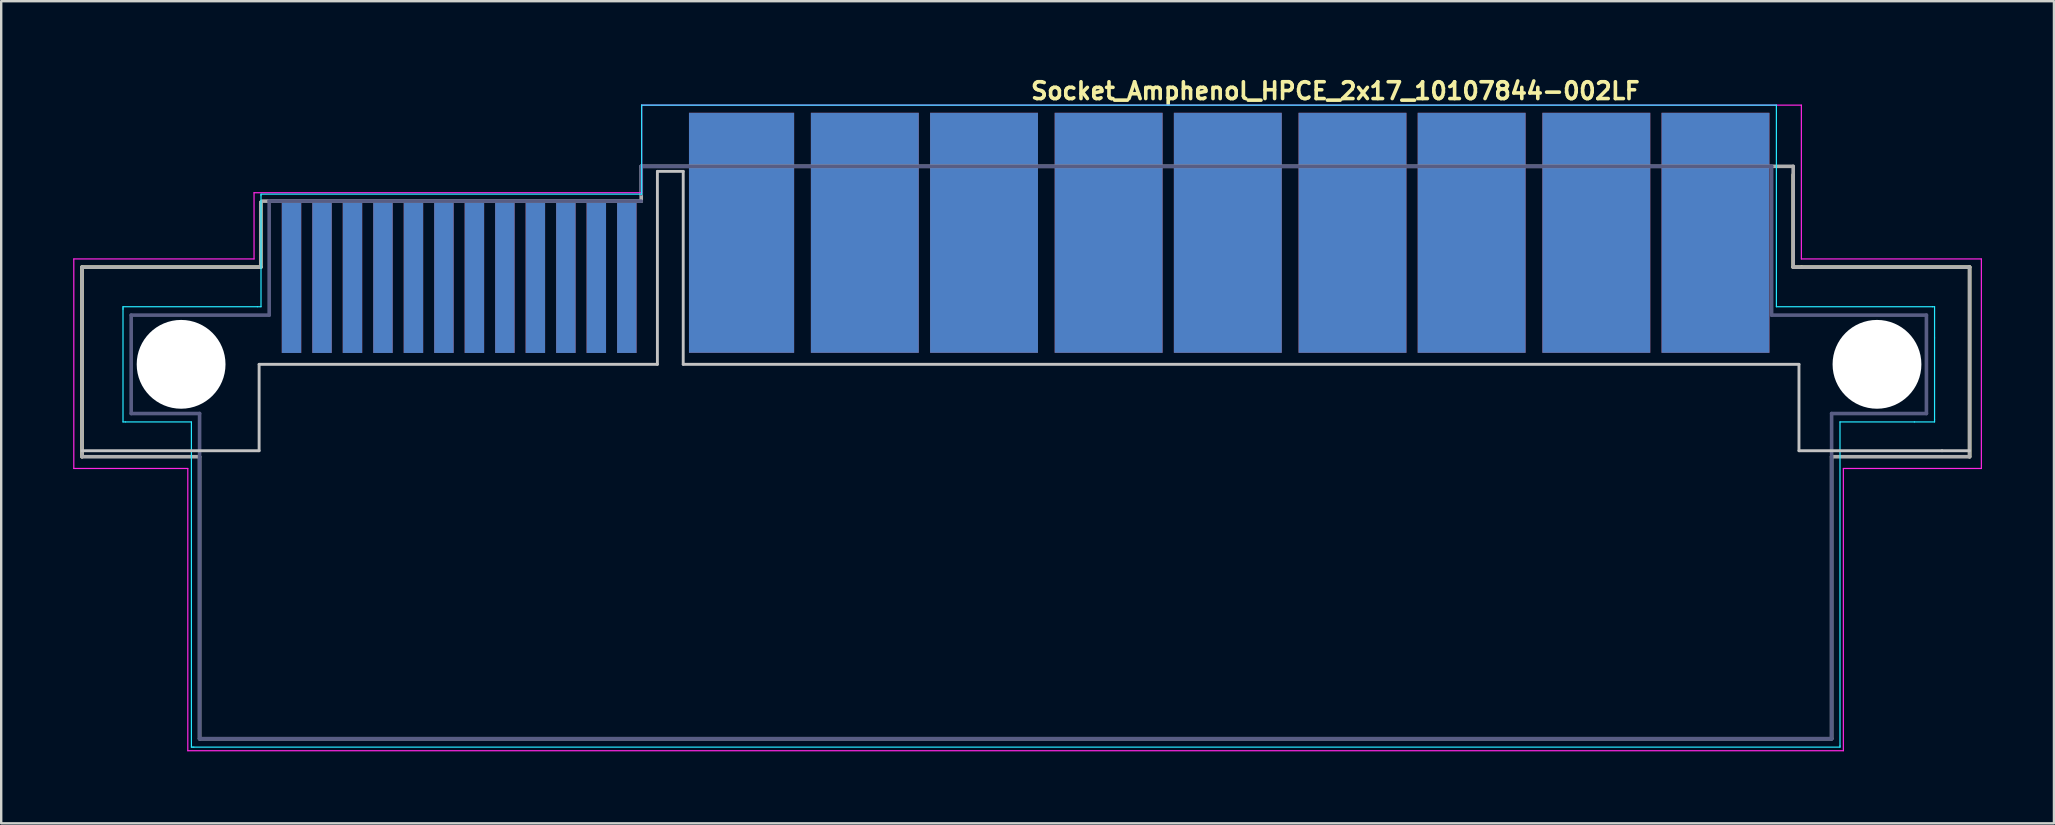
<source format=kicad_pcb>
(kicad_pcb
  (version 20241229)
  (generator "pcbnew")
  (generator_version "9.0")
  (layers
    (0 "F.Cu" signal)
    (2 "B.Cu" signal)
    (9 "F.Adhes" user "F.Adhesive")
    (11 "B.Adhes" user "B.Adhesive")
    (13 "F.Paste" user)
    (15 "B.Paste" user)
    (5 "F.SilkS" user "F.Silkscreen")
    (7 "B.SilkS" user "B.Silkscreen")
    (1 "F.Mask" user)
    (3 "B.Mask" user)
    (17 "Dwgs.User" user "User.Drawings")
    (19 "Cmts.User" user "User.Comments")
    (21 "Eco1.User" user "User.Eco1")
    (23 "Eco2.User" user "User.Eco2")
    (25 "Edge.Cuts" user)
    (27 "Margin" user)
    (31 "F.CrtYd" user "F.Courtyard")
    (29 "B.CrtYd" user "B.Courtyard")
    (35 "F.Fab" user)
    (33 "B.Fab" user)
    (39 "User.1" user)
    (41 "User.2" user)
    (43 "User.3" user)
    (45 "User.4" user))
  (footprint "Socket_Amphenol_HPCE_2x17_10107844-002LF"
    (layer "F.Cu")
    (at 39.825 16.25)
    (property "Reference" "Socket_Amphenol_HPCE_2x17_10107844-002LF" (at 0 -15.1 0) (layer "F.SilkS") (effects (font (size 0.7 0.7) (thickness 0.15)) (justify left bottom)))
    (fp_poly (pts (xy -9.789 -4.6) (xy -14.168 -4.6) (xy -14.168 -11.91) (xy -9.789 -11.91)) (stroke (width 0.1) (type solid)) (fill yes) (layer "F.Mask"))
    (fp_poly (pts (xy -4.608 -4.6) (xy -9.088 -4.6) (xy -9.088 -11.91) (xy -4.608 -11.91)) (stroke (width 0.1) (type solid)) (fill yes) (layer "F.Mask"))
    (fp_poly (pts (xy 5.601 -4.609) (xy 1.1 -4.609) (xy 1.1 -11.959) (xy 5.601 -11.959)) (stroke (width 0.1) (type solid)) (fill yes) (layer "F.Mask"))
    (fp_poly (pts (xy 10.571 -4.609) (xy 6.071 -4.609) (xy 6.071 -11.959) (xy 10.571 -11.959)) (stroke (width 0.1) (type solid)) (fill yes) (layer "F.Mask"))
    (fp_poly (pts (xy 15.761 -4.609) (xy 11.261 -4.609) (xy 11.261 -11.959) (xy 15.761 -11.959)) (stroke (width 0.1) (type solid)) (fill yes) (layer "F.Mask"))
    (fp_poly (pts (xy 20.73 -4.619) (xy 16.23 -4.619) (xy 16.23 -11.969) (xy 20.73 -11.969)) (stroke (width 0.1) (type solid)) (fill yes) (layer "F.Mask"))
    (fp_poly (pts (xy 25.921 -4.63) (xy 21.421 -4.63) (xy 21.421 -11.98) (xy 25.921 -11.98)) (stroke (width 0.1) (type solid)) (fill yes) (layer "F.Mask"))
    (fp_poly (pts (xy 30.89 -4.63) (xy 26.39 -4.63) (xy 26.39 -11.98) (xy 30.89 -11.98)) (stroke (width 0.1) (type solid)) (fill yes) (layer "F.Mask"))
    (fp_poly (pts (xy 0.371 -4.6) (xy -4.128 -4.6) (xy -4.128 -11.808) (xy -4.128 -11.94) (xy 0.371 -11.94)) (stroke (width 0.1) (type solid)) (fill yes) (layer "F.Mask"))
    (fp_poly (pts (xy -9.789 -4.6) (xy -14.168 -4.6) (xy -14.168 -11.91) (xy -9.789 -11.91)) (stroke (width 0.1) (type solid)) (fill yes) (layer "B.Mask"))
    (fp_poly (pts (xy -4.608 -4.6) (xy -9.088 -4.6) (xy -9.088 -11.91) (xy -4.608 -11.91)) (stroke (width 0.1) (type solid)) (fill yes) (layer "B.Mask"))
    (fp_poly (pts (xy 0.366 -4.595) (xy -4.114 -4.595) (xy -4.114 -11.905) (xy 0.366 -11.905)) (stroke (width 0.1) (type solid)) (fill yes) (layer "B.Mask"))
    (fp_poly (pts (xy 5.596 -4.619) (xy 1.116 -4.619) (xy 1.116 -11.93) (xy 5.596 -11.93)) (stroke (width 0.1) (type solid)) (fill yes) (layer "B.Mask"))
    (fp_poly (pts (xy 10.571 -4.619) (xy 6.091 -4.619) (xy 6.091 -11.93) (xy 10.571 -11.93)) (stroke (width 0.1) (type solid)) (fill yes) (layer "B.Mask"))
    (fp_poly (pts (xy 15.77 -4.619) (xy 11.265 -4.614) (xy 11.265 -11.924) (xy 15.77 -11.93)) (stroke (width 0.1) (type solid)) (fill yes) (layer "B.Mask"))
    (fp_poly (pts (xy 20.695 -4.619) (xy 16.215 -4.619) (xy 16.215 -11.93) (xy 20.695 -11.93)) (stroke (width 0.1) (type solid)) (fill yes) (layer "B.Mask"))
    (fp_poly (pts (xy 25.921 -4.644) (xy 21.441 -4.644) (xy 21.441 -11.955) (xy 25.921 -11.955)) (stroke (width 0.1) (type solid)) (fill yes) (layer "B.Mask"))
    (fp_poly (pts (xy 30.87 -4.644) (xy 26.39 -4.644) (xy 26.39 -11.955) (xy 30.87 -11.955)) (stroke (width 0.1) (type solid)) (fill yes) (layer "B.Mask"))
    (fp_line (start -39.458 -8.17) (end -39.458 -0.27) (stroke (width 0.15) (type solid)) (layer "F.SilkS"))
    (fp_line (start -39.458 -8.17) (end -32.009 -8.17) (stroke (width 0.15) (type solid)) (layer "F.SilkS"))
    (fp_line (start -32.009 -8.17) (end -32.009 -10.869) (stroke (width 0.15) (type solid)) (layer "F.SilkS"))
    (fp_line (start 31.84 -8.17) (end 31.84 -12.02) (stroke (width 0.15) (type solid)) (layer "F.SilkS"))
    (fp_line (start 32.191 -8.17) (end 31.84 -8.17) (stroke (width 0.15) (type solid)) (layer "F.SilkS"))
    (fp_line (start 39.191 -8.17) (end 32.191 -8.17) (stroke (width 0.15) (type solid)) (layer "F.SilkS"))
    (fp_line (start 39.191 -8.17) (end 39.191 -0.27) (stroke (width 0.15) (type solid)) (layer "F.SilkS"))
    (fp_poly (pts (xy -9.959 -4.619) (xy -14.058 -4.619) (xy -14.058 -11.82) (xy -9.959 -11.82)) (stroke (width 0.1) (type solid)) (fill yes) (layer "F.Paste"))
    (fp_poly (pts (xy -4.759 -4.72) (xy -8.959 -4.72) (xy -8.959 -11.82) (xy -4.759 -11.82)) (stroke (width 0.1) (type solid)) (fill yes) (layer "F.Paste"))
    (fp_poly (pts (xy 0.19 -4.72) (xy -4.009 -4.72) (xy -4.009 -11.82) (xy 0.19 -11.82)) (stroke (width 0.1) (type solid)) (fill yes) (layer "F.Paste"))
    (fp_poly (pts (xy 5.441 -4.72) (xy 1.241 -4.72) (xy 1.241 -11.82) (xy 5.441 -11.82)) (stroke (width 0.1) (type solid)) (fill yes) (layer "F.Paste"))
    (fp_poly (pts (xy 10.441 -4.72) (xy 6.24 -4.72) (xy 6.24 -11.82) (xy 10.441 -11.82)) (stroke (width 0.1) (type solid)) (fill yes) (layer "F.Paste"))
    (fp_poly (pts (xy 15.64 -4.72) (xy 11.441 -4.72) (xy 11.441 -11.82) (xy 15.64 -11.82)) (stroke (width 0.1) (type solid)) (fill yes) (layer "F.Paste"))
    (fp_poly (pts (xy 20.59 -4.72) (xy 16.39 -4.72) (xy 16.39 -11.82) (xy 20.59 -11.82)) (stroke (width 0.1) (type solid)) (fill yes) (layer "F.Paste"))
    (fp_poly (pts (xy 25.791 -4.72) (xy 21.59 -4.72) (xy 21.59 -11.82) (xy 25.791 -11.82)) (stroke (width 0.1) (type solid)) (fill yes) (layer "F.Paste"))
    (fp_poly (pts (xy 30.741 -4.72) (xy 26.541 -4.72) (xy 26.541 -11.82) (xy 30.741 -11.82)) (stroke (width 0.1) (type solid)) (fill yes) (layer "F.Paste"))
    (fp_poly (pts (xy -9.859 -4.72) (xy -14.058 -4.72) (xy -14.058 -11.719) (xy -9.859 -11.719)) (stroke (width 0.1) (type solid)) (fill yes) (layer "B.Paste"))
    (fp_poly (pts (xy -4.754 -4.715) (xy -8.949 -4.72) (xy -8.956 -11.821) (xy -4.761 -11.817)) (stroke (width 0.1) (type solid)) (fill yes) (layer "B.Paste"))
    (fp_poly (pts (xy 0.235 -4.715) (xy -3.959 -4.72) (xy -3.966 -11.821) (xy 0.227 -11.817)) (stroke (width 0.1) (type solid)) (fill yes) (layer "B.Paste"))
    (fp_poly (pts (xy 5.436 -4.715) (xy 1.241 -4.72) (xy 1.233 -11.821) (xy 5.428 -11.817)) (stroke (width 0.1) (type solid)) (fill yes) (layer "B.Paste"))
    (fp_poly (pts (xy 10.435 -4.715) (xy 6.24 -4.72) (xy 6.232 -11.821) (xy 10.428 -11.817)) (stroke (width 0.1) (type solid)) (fill yes) (layer "B.Paste"))
    (fp_poly (pts (xy 15.586 -4.715) (xy 11.39 -4.72) (xy 11.383 -11.821) (xy 15.578 -11.817)) (stroke (width 0.1) (type solid)) (fill yes) (layer "B.Paste"))
    (fp_poly (pts (xy 20.535 -4.765) (xy 16.34 -4.769) (xy 16.332 -11.872) (xy 20.528 -11.866)) (stroke (width 0.1) (type solid)) (fill yes) (layer "B.Paste"))
    (fp_poly (pts (xy 25.736 -4.715) (xy 21.541 -4.72) (xy 21.532 -11.821) (xy 25.727 -11.817)) (stroke (width 0.1) (type solid)) (fill yes) (layer "B.Paste"))
    (fp_poly (pts (xy 30.686 -4.765) (xy 26.491 -4.769) (xy 26.483 -11.872) (xy 30.677 -11.866)) (stroke (width 0.1) (type solid)) (fill yes) (layer "B.Paste"))
    (fp_line (start -32.079 -4.12) (end -32.079 -0.52) (stroke (width 0.12) (type solid)) (layer "Dwgs.User"))
    (fp_line (start -32.079 -4.12) (end -15.484 -4.12) (stroke (width 0.12) (type solid)) (layer "Dwgs.User"))
    (fp_line (start -32.079 -0.52) (end -39.458 -0.52) (stroke (width 0.12) (type solid)) (layer "Dwgs.User"))
    (fp_line (start -15.484 -12.16) (end -15.484 -4.12) (stroke (width 0.12) (type solid)) (layer "Dwgs.User"))
    (fp_line (start -14.408 -12.16) (end -15.484 -12.16) (stroke (width 0.12) (type solid)) (layer "Dwgs.User"))
    (fp_line (start -14.408 -12.16) (end -14.408 -4.12) (stroke (width 0.12) (type solid)) (layer "Dwgs.User"))
    (fp_line (start -14.408 -4.12) (end 32.081 -4.12) (stroke (width 0.12) (type solid)) (layer "Dwgs.User"))
    (fp_line (start 32.081 -4.12) (end 32.081 -0.52) (stroke (width 0.12) (type solid)) (layer "Dwgs.User"))
    (fp_line (start 32.081 -0.52) (end 38.041 -0.52) (stroke (width 0.12) (type solid)) (layer "Dwgs.User"))
    (fp_line (start 38.041 -0.52) (end 39.191 -0.52) (stroke (width 0.12) (type solid)) (layer "Dwgs.User"))
    (fp_line (start -37.75 -6.52) (end -32.15 -6.52) (stroke (width 0.05) (type solid)) (layer "B.CrtYd"))
    (fp_line (start -37.75 -6.47) (end -37.75 -6.52) (stroke (width 0.05) (type solid)) (layer "B.CrtYd"))
    (fp_line (start -37.75 -6.42) (end -37.75 -6.47) (stroke (width 0.05) (type solid)) (layer "B.CrtYd"))
    (fp_line (start -37.75 -1.72) (end -37.75 -6.42) (stroke (width 0.05) (type solid)) (layer "B.CrtYd"))
    (fp_line (start -37.65 -1.72) (end -37.75 -1.72) (stroke (width 0.05) (type solid)) (layer "B.CrtYd"))
    (fp_line (start -34.9 -1.72) (end -37.65 -1.72) (stroke (width 0.05) (type solid)) (layer "B.CrtYd"))
    (fp_line (start -34.9 11.83) (end -34.9 -1.72) (stroke (width 0.05) (type solid)) (layer "B.CrtYd"))
    (fp_line (start -34.84 11.83) (end -34.9 11.83) (stroke (width 0.05) (type solid)) (layer "B.CrtYd"))
    (fp_line (start -34.8 11.83) (end -34.84 11.83) (stroke (width 0.05) (type solid)) (layer "B.CrtYd"))
    (fp_line (start -32.15 -6.52) (end -32 -6.52) (stroke (width 0.05) (type solid)) (layer "B.CrtYd"))
    (fp_line (start -32 -11.21) (end -16.14 -11.21) (stroke (width 0.05) (type solid)) (layer "B.CrtYd"))
    (fp_line (start -32 -11.17) (end -32 -11.21) (stroke (width 0.05) (type solid)) (layer "B.CrtYd"))
    (fp_line (start -32 -6.52) (end -32 -11.17) (stroke (width 0.05) (type solid)) (layer "B.CrtYd"))
    (fp_line (start -16.14 -14.92) (end -16.14 -11.21) (stroke (width 0.05) (type solid)) (layer "B.CrtYd"))
    (fp_line (start -16.14 -14.92) (end 31.14 -14.92) (stroke (width 0.05) (type solid)) (layer "B.CrtYd"))
    (fp_line (start 31.14 -6.52) (end 31.14 -14.92) (stroke (width 0.05) (type solid)) (layer "B.CrtYd"))
    (fp_line (start 31.14 -6.52) (end 37.64 -6.52) (stroke (width 0.05) (type solid)) (layer "B.CrtYd"))
    (fp_line (start 33.79 -1.72) (end 33.79 11.78) (stroke (width 0.05) (type solid)) (layer "B.CrtYd"))
    (fp_line (start 33.79 11.78) (end 33.79 11.83) (stroke (width 0.05) (type solid)) (layer "B.CrtYd"))
    (fp_line (start 33.79 11.83) (end -34.8 11.83) (stroke (width 0.05) (type solid)) (layer "B.CrtYd"))
    (fp_line (start 36.89 -1.72) (end 33.79 -1.72) (stroke (width 0.05) (type solid)) (layer "B.CrtYd"))
    (fp_line (start 37.64 -6.52) (end 37.73 -6.52) (stroke (width 0.05) (type solid)) (layer "B.CrtYd"))
    (fp_line (start 37.73 -6.52) (end 37.73 -5.22) (stroke (width 0.05) (type solid)) (layer "B.CrtYd"))
    (fp_line (start 37.73 -5.22) (end 37.73 -1.82) (stroke (width 0.05) (type solid)) (layer "B.CrtYd"))
    (fp_line (start 37.73 -1.82) (end 37.73 -1.72) (stroke (width 0.05) (type solid)) (layer "B.CrtYd"))
    (fp_line (start 37.73 -1.72) (end 36.89 -1.72) (stroke (width 0.05) (type solid)) (layer "B.CrtYd"))
    (fp_line (start -39.8 -8.51) (end -32.29 -8.51) (stroke (width 0.05) (type solid)) (layer "F.CrtYd"))
    (fp_line (start -39.8 0.22) (end -39.8 -8.51) (stroke (width 0.05) (type solid)) (layer "F.CrtYd"))
    (fp_line (start -35.05 0.22) (end -39.8 0.22) (stroke (width 0.05) (type solid)) (layer "F.CrtYd"))
    (fp_line (start -35.05 11.98) (end -35.05 0.22) (stroke (width 0.05) (type solid)) (layer "F.CrtYd"))
    (fp_line (start -32.29 -11.27) (end -16.14 -11.27) (stroke (width 0.05) (type solid)) (layer "F.CrtYd"))
    (fp_line (start -32.29 -8.51) (end -32.29 -11.27) (stroke (width 0.05) (type solid)) (layer "F.CrtYd"))
    (fp_line (start -16.14 -14.92) (end 32.18 -14.92) (stroke (width 0.05) (type solid)) (layer "F.CrtYd"))
    (fp_line (start -16.14 -11.27) (end -16.14 -14.92) (stroke (width 0.05) (type solid)) (layer "F.CrtYd"))
    (fp_line (start 32.18 -8.51) (end 32.18 -14.92) (stroke (width 0.05) (type solid)) (layer "F.CrtYd"))
    (fp_line (start 32.18 -8.51) (end 39.68 -8.51) (stroke (width 0.05) (type solid)) (layer "F.CrtYd"))
    (fp_line (start 33.93 0.22) (end 33.93 11.98) (stroke (width 0.05) (type solid)) (layer "F.CrtYd"))
    (fp_line (start 33.93 11.98) (end -35.05 11.98) (stroke (width 0.05) (type solid)) (layer "F.CrtYd"))
    (fp_line (start 39.68 -8.51) (end 39.68 0.22) (stroke (width 0.05) (type solid)) (layer "F.CrtYd"))
    (fp_line (start 39.68 0.22) (end 33.93 0.22) (stroke (width 0.05) (type solid)) (layer "F.CrtYd"))
    (fp_line (start -37.409 -6.17) (end -31.659 -6.17) (stroke (width 0.15) (type solid)) (layer "B.Fab"))
    (fp_line (start -37.409 -2.07) (end -37.409 -6.17) (stroke (width 0.15) (type solid)) (layer "B.Fab"))
    (fp_line (start -34.559 -2.07) (end -37.409 -2.07) (stroke (width 0.15) (type solid)) (layer "B.Fab"))
    (fp_line (start -34.559 -2.07) (end -34.559 11.48) (stroke (width 0.15) (type solid)) (layer "B.Fab"))
    (fp_line (start -34.559 11.48) (end 33.441 11.48) (stroke (width 0.15) (type solid)) (layer "B.Fab"))
    (fp_line (start -31.659 -10.92) (end -16.158 -10.92) (stroke (width 0.15) (type solid)) (layer "B.Fab"))
    (fp_line (start -31.659 -6.17) (end -31.659 -10.92) (stroke (width 0.15) (type solid)) (layer "B.Fab"))
    (fp_line (start -16.158 -12.369) (end 30.941 -12.369) (stroke (width 0.15) (type solid)) (layer "B.Fab"))
    (fp_line (start -16.158 -11.219) (end -16.158 -12.369) (stroke (width 0.15) (type solid)) (layer "B.Fab"))
    (fp_line (start 30.941 -6.17) (end 30.941 -12.369) (stroke (width 0.15) (type solid)) (layer "B.Fab"))
    (fp_line (start 33.441 -2.07) (end 33.441 11.48) (stroke (width 0.15) (type solid)) (layer "B.Fab"))
    (fp_line (start 37.391 -6.17) (end 30.941 -6.17) (stroke (width 0.15) (type solid)) (layer "B.Fab"))
    (fp_line (start 37.391 -2.07) (end 33.441 -2.07) (stroke (width 0.15) (type solid)) (layer "B.Fab"))
    (fp_line (start 37.391 -2.07) (end 37.391 -6.17) (stroke (width 0.15) (type solid)) (layer "B.Fab"))
    (fp_line (start -39.458 -8.17) (end -39.458 -0.27) (stroke (width 0.15) (type solid)) (layer "F.Fab"))
    (fp_line (start -39.458 -8.17) (end -32.009 -8.17) (stroke (width 0.15) (type solid)) (layer "F.Fab"))
    (fp_line (start -34.559 -0.27) (end -39.458 -0.27) (stroke (width 0.15) (type solid)) (layer "F.Fab"))
    (fp_line (start -34.559 -0.27) (end -34.559 11.48) (stroke (width 0.15) (type solid)) (layer "F.Fab"))
    (fp_line (start -34.559 11.48) (end 33.441 11.48) (stroke (width 0.15) (type solid)) (layer "F.Fab"))
    (fp_line (start -32.009 -8.17) (end -32.009 -10.869) (stroke (width 0.15) (type solid)) (layer "F.Fab"))
    (fp_line (start -16.158 -12.369) (end 31.84 -12.369) (stroke (width 0.15) (type solid)) (layer "F.Fab"))
    (fp_line (start -16.158 -10.92) (end -31.958 -10.92) (stroke (width 0.15) (type solid)) (layer "F.Fab"))
    (fp_line (start -16.158 -10.92) (end -16.158 -12.369) (stroke (width 0.15) (type solid)) (layer "F.Fab"))
    (fp_line (start 31.84 -8.17) (end 31.84 -12.369) (stroke (width 0.15) (type solid)) (layer "F.Fab"))
    (fp_line (start 33.441 -0.27) (end 33.441 11.48) (stroke (width 0.15) (type solid)) (layer "F.Fab"))
    (fp_line (start 39.191 -8.17) (end 31.84 -8.17) (stroke (width 0.15) (type solid)) (layer "F.Fab"))
    (fp_line (start 39.191 -8.17) (end 39.191 -0.27) (stroke (width 0.15) (type solid)) (layer "F.Fab"))
    (fp_line (start 39.191 -0.27) (end 33.441 -0.27) (stroke (width 0.15) (type solid)) (layer "F.Fab"))
    (fp_rect (start -39.079 -11.119) (end 39.08 11.12) (stroke (width 0.1) (type solid)) (fill no) (layer "User.5"))
    (fp_line (start -39.079 -7.38) (end -39.079 -0.88) (stroke (width 0.02) (type solid)) (layer "User.9"))
    (fp_line (start -39.079 -7.38) (end -39.077 -7.404) (stroke (width 0.02) (type solid)) (layer "User.9"))
    (fp_line (start -39.077 -7.404) (end -39.076 -7.429) (stroke (width 0.02) (type solid)) (layer "User.9"))
    (fp_line (start -39.077 -0.855) (end -39.079 -0.88) (stroke (width 0.02) (type solid)) (layer "User.9"))
    (fp_line (start -39.076 -7.429) (end -39.073 -7.452) (stroke (width 0.02) (type solid)) (layer "User.9"))
    (fp_line (start -39.076 -0.83) (end -39.077 -0.855) (stroke (width 0.02) (type solid)) (layer "User.9"))
    (fp_line (start -39.073 -7.452) (end -39.068 -7.478) (stroke (width 0.02) (type solid)) (layer "User.9"))
    (fp_line (start -39.073 -0.806) (end -39.076 -0.83) (stroke (width 0.02) (type solid)) (layer "User.9"))
    (fp_line (start -39.068 -7.478) (end -39.062 -7.5) (stroke (width 0.02) (type solid)) (layer "User.9"))
    (fp_line (start -39.068 -0.781) (end -39.073 -0.806) (stroke (width 0.02) (type solid)) (layer "User.9"))
    (fp_line (start -39.062 -7.5) (end -39.056 -7.525) (stroke (width 0.02) (type solid)) (layer "User.9"))
    (fp_line (start -39.062 -0.758) (end -39.068 -0.781) (stroke (width 0.02) (type solid)) (layer "User.9"))
    (fp_line (start -39.056 -7.525) (end -39.049 -7.548) (stroke (width 0.02) (type solid)) (layer "User.9"))
    (fp_line (start -39.056 -0.734) (end -39.062 -0.758) (stroke (width 0.02) (type solid)) (layer "User.9"))
    (fp_line (start -39.049 -7.548) (end -39.04 -7.571) (stroke (width 0.02) (type solid)) (layer "User.9"))
    (fp_line (start -39.049 -0.711) (end -39.056 -0.734) (stroke (width 0.02) (type solid)) (layer "User.9"))
    (fp_line (start -39.04 -7.571) (end -39.031 -7.593) (stroke (width 0.02) (type solid)) (layer "User.9"))
    (fp_line (start -39.04 -0.688) (end -39.049 -0.711) (stroke (width 0.02) (type solid)) (layer "User.9"))
    (fp_line (start -39.031 -7.593) (end -39.019 -7.615) (stroke (width 0.02) (type solid)) (layer "User.9"))
    (fp_line (start -39.031 -0.666) (end -39.04 -0.688) (stroke (width 0.02) (type solid)) (layer "User.9"))
    (fp_line (start -39.019 -7.615) (end -39.007 -7.635) (stroke (width 0.02) (type solid)) (layer "User.9"))
    (fp_line (start -39.019 -0.644) (end -39.031 -0.666) (stroke (width 0.02) (type solid)) (layer "User.9"))
    (fp_line (start -39.007 -7.635) (end -38.994 -7.657) (stroke (width 0.02) (type solid)) (layer "User.9"))
    (fp_line (start -39.007 -0.623) (end -39.019 -0.644) (stroke (width 0.02) (type solid)) (layer "User.9"))
    (fp_line (start -38.994 -7.657) (end -38.979 -7.676) (stroke (width 0.02) (type solid)) (layer "User.9"))
    (fp_line (start -38.994 -0.602) (end -39.007 -0.623) (stroke (width 0.02) (type solid)) (layer "User.9"))
    (fp_line (start -38.979 -7.676) (end -38.964 -7.696) (stroke (width 0.02) (type solid)) (layer "User.9"))
    (fp_line (start -38.979 -0.582) (end -38.994 -0.602) (stroke (width 0.02) (type solid)) (layer "User.9"))
    (fp_line (start -38.964 -7.696) (end -38.949 -7.715) (stroke (width 0.02) (type solid)) (layer "User.9"))
    (fp_line (start -38.964 -0.563) (end -38.979 -0.582) (stroke (width 0.02) (type solid)) (layer "User.9"))
    (fp_line (start -38.949 -7.715) (end -38.931 -7.733) (stroke (width 0.02) (type solid)) (layer "User.9"))
    (fp_line (start -38.949 -0.544) (end -38.964 -0.563) (stroke (width 0.02) (type solid)) (layer "User.9"))
    (fp_line (start -38.931 -7.733) (end -38.931 -7.733) (stroke (width 0.02) (type solid)) (layer "User.9"))
    (fp_line (start -38.931 -7.733) (end -38.913 -7.75) (stroke (width 0.02) (type solid)) (layer "User.9"))
    (fp_line (start -38.931 -0.526) (end -38.949 -0.544) (stroke (width 0.02) (type solid)) (layer "User.9"))
    (fp_line (start -38.931 -0.526) (end -38.931 -0.526) (stroke (width 0.02) (type solid)) (layer "User.9"))
    (fp_line (start -38.913 -7.75) (end -38.894 -7.766) (stroke (width 0.02) (type solid)) (layer "User.9"))
    (fp_line (start -38.913 -0.51) (end -38.931 -0.526) (stroke (width 0.02) (type solid)) (layer "User.9"))
    (fp_line (start -38.894 -7.766) (end -38.876 -7.781) (stroke (width 0.02) (type solid)) (layer "User.9"))
    (fp_line (start -38.894 -0.494) (end -38.913 -0.51) (stroke (width 0.02) (type solid)) (layer "User.9"))
    (fp_line (start -38.876 -7.781) (end -38.855 -7.795) (stroke (width 0.02) (type solid)) (layer "User.9"))
    (fp_line (start -38.876 -0.479) (end -38.894 -0.494) (stroke (width 0.02) (type solid)) (layer "User.9"))
    (fp_line (start -38.855 -7.795) (end -38.835 -7.808) (stroke (width 0.02) (type solid)) (layer "User.9"))
    (fp_line (start -38.855 -0.465) (end -38.876 -0.479) (stroke (width 0.02) (type solid)) (layer "User.9"))
    (fp_line (start -38.835 -7.808) (end -38.814 -7.821) (stroke (width 0.02) (type solid)) (layer "User.9"))
    (fp_line (start -38.835 -0.451) (end -38.855 -0.465) (stroke (width 0.02) (type solid)) (layer "User.9"))
    (fp_line (start -38.814 -7.821) (end -38.791 -7.832) (stroke (width 0.02) (type solid)) (layer "User.9"))
    (fp_line (start -38.814 -0.439) (end -38.835 -0.451) (stroke (width 0.02) (type solid)) (layer "User.9"))
    (fp_line (start -38.791 -7.832) (end -38.769 -7.84) (stroke (width 0.02) (type solid)) (layer "User.9"))
    (fp_line (start -38.791 -0.428) (end -38.814 -0.439) (stroke (width 0.02) (type solid)) (layer "User.9"))
    (fp_line (start -38.769 -7.84) (end -38.747 -7.849) (stroke (width 0.02) (type solid)) (layer "User.9"))
    (fp_line (start -38.769 -0.419) (end -38.791 -0.428) (stroke (width 0.02) (type solid)) (layer "User.9"))
    (fp_line (start -38.747 -7.849) (end -38.723 -7.858) (stroke (width 0.02) (type solid)) (layer "User.9"))
    (fp_line (start -38.747 -0.41) (end -38.769 -0.419) (stroke (width 0.02) (type solid)) (layer "User.9"))
    (fp_line (start -38.723 -7.858) (end -38.699 -7.864) (stroke (width 0.02) (type solid)) (layer "User.9"))
    (fp_line (start -38.723 -0.402) (end -38.747 -0.41) (stroke (width 0.02) (type solid)) (layer "User.9"))
    (fp_line (start -38.699 -7.864) (end -38.677 -7.869) (stroke (width 0.02) (type solid)) (layer "User.9"))
    (fp_line (start -38.699 -0.396) (end -38.723 -0.402) (stroke (width 0.02) (type solid)) (layer "User.9"))
    (fp_line (start -38.677 -7.869) (end -38.652 -7.874) (stroke (width 0.02) (type solid)) (layer "User.9"))
    (fp_line (start -38.677 -0.39) (end -38.699 -0.396) (stroke (width 0.02) (type solid)) (layer "User.9"))
    (fp_line (start -38.652 -7.874) (end -38.628 -7.877) (stroke (width 0.02) (type solid)) (layer "User.9"))
    (fp_line (start -38.652 -0.386) (end -38.677 -0.39) (stroke (width 0.02) (type solid)) (layer "User.9"))
    (fp_line (start -38.628 -7.877) (end -38.602 -7.878) (stroke (width 0.02) (type solid)) (layer "User.9"))
    (fp_line (start -38.628 -0.383) (end -38.652 -0.386) (stroke (width 0.02) (type solid)) (layer "User.9"))
    (fp_line (start -38.602 -7.878) (end -38.579 -7.88) (stroke (width 0.02) (type solid)) (layer "User.9"))
    (fp_line (start -38.602 -0.381) (end -38.628 -0.383) (stroke (width 0.02) (type solid)) (layer "User.9"))
    (fp_line (start -38.579 -0.38) (end -38.602 -0.381) (stroke (width 0.02) (type solid)) (layer "User.9"))
    (fp_line (start -38.579 -0.38) (end -34.399 -0.38) (stroke (width 0.02) (type solid)) (layer "User.9"))
    (fp_line (start -37.168 -4.12) (end -37.163 -3.997) (stroke (width 0.02) (type solid)) (layer "User.9"))
    (fp_line (start -37.166 -4.181) (end -37.168 -4.12) (stroke (width 0.02) (type solid)) (layer "User.9"))
    (fp_line (start -37.163 -4.242) (end -37.166 -4.181) (stroke (width 0.02) (type solid)) (layer "User.9"))
    (fp_line (start -37.163 -3.997) (end -37.152 -3.876) (stroke (width 0.02) (type solid)) (layer "User.9"))
    (fp_line (start -37.159 -4.303) (end -37.163 -4.242) (stroke (width 0.02) (type solid)) (layer "User.9"))
    (fp_line (start -37.152 -4.362) (end -37.159 -4.303) (stroke (width 0.02) (type solid)) (layer "User.9"))
    (fp_line (start -37.152 -3.876) (end -37.132 -3.757) (stroke (width 0.02) (type solid)) (layer "User.9"))
    (fp_line (start -37.143 -4.423) (end -37.152 -4.362) (stroke (width 0.02) (type solid)) (layer "User.9"))
    (fp_line (start -37.132 -4.482) (end -37.143 -4.423) (stroke (width 0.02) (type solid)) (layer "User.9"))
    (fp_line (start -37.132 -3.757) (end -37.104 -3.639) (stroke (width 0.02) (type solid)) (layer "User.9"))
    (fp_line (start -37.12 -4.541) (end -37.132 -4.482) (stroke (width 0.02) (type solid)) (layer "User.9"))
    (fp_line (start -37.104 -4.6) (end -37.12 -4.541) (stroke (width 0.02) (type solid)) (layer "User.9"))
    (fp_line (start -37.104 -3.639) (end -37.07 -3.525) (stroke (width 0.02) (type solid)) (layer "User.9"))
    (fp_line (start -37.088 -4.657) (end -37.104 -4.6) (stroke (width 0.02) (type solid)) (layer "User.9"))
    (fp_line (start -37.07 -4.714) (end -37.088 -4.657) (stroke (width 0.02) (type solid)) (layer "User.9"))
    (fp_line (start -37.07 -3.525) (end -37.028 -3.412) (stroke (width 0.02) (type solid)) (layer "User.9"))
    (fp_line (start -37.05 -4.769) (end -37.07 -4.714) (stroke (width 0.02) (type solid)) (layer "User.9"))
    (fp_line (start -37.028 -4.826) (end -37.05 -4.769) (stroke (width 0.02) (type solid)) (layer "User.9"))
    (fp_line (start -37.028 -3.412) (end -36.977 -3.305) (stroke (width 0.02) (type solid)) (layer "User.9"))
    (fp_line (start -37.004 -4.881) (end -37.028 -4.826) (stroke (width 0.02) (type solid)) (layer "User.9"))
    (fp_line (start -36.977 -4.933) (end -37.004 -4.881) (stroke (width 0.02) (type solid)) (layer "User.9"))
    (fp_line (start -36.977 -3.305) (end -36.921 -3.2) (stroke (width 0.02) (type solid)) (layer "User.9"))
    (fp_line (start -36.951 -4.987) (end -36.977 -4.933) (stroke (width 0.02) (type solid)) (layer "User.9"))
    (fp_line (start -36.921 -5.039) (end -36.951 -4.987) (stroke (width 0.02) (type solid)) (layer "User.9"))
    (fp_line (start -36.921 -3.2) (end -36.858 -3.098) (stroke (width 0.02) (type solid)) (layer "User.9"))
    (fp_line (start -36.891 -5.09) (end -36.921 -5.039) (stroke (width 0.02) (type solid)) (layer "User.9"))
    (fp_line (start -36.858 -5.141) (end -36.891 -5.09) (stroke (width 0.02) (type solid)) (layer "User.9"))
    (fp_line (start -36.858 -3.098) (end -36.79 -3.001) (stroke (width 0.02) (type solid)) (layer "User.9"))
    (fp_line (start -36.824 -5.189) (end -36.858 -5.141) (stroke (width 0.02) (type solid)) (layer "User.9"))
    (fp_line (start -36.79 -5.237) (end -36.824 -5.189) (stroke (width 0.02) (type solid)) (layer "User.9"))
    (fp_line (start -36.79 -3.001) (end -36.714 -2.908) (stroke (width 0.02) (type solid)) (layer "User.9"))
    (fp_line (start -36.753 -5.285) (end -36.79 -5.237) (stroke (width 0.02) (type solid)) (layer "User.9"))
    (fp_line (start -36.714 -5.33) (end -36.753 -5.285) (stroke (width 0.02) (type solid)) (layer "User.9"))
    (fp_line (start -36.714 -2.908) (end -36.632 -2.821) (stroke (width 0.02) (type solid)) (layer "User.9"))
    (fp_line (start -36.674 -5.375) (end -36.714 -5.33) (stroke (width 0.02) (type solid)) (layer "User.9"))
    (fp_line (start -36.632 -5.417) (end -36.674 -5.375) (stroke (width 0.02) (type solid)) (layer "User.9"))
    (fp_line (start -36.632 -2.821) (end -36.544 -2.739) (stroke (width 0.02) (type solid)) (layer "User.9"))
    (fp_line (start -36.589 -5.46) (end -36.632 -5.417) (stroke (width 0.02) (type solid)) (layer "User.9"))
    (fp_line (start -36.544 -5.5) (end -36.589 -5.46) (stroke (width 0.02) (type solid)) (layer "User.9"))
    (fp_line (start -36.544 -2.739) (end -36.451 -2.662) (stroke (width 0.02) (type solid)) (layer "User.9"))
    (fp_line (start -36.498 -5.539) (end -36.544 -5.5) (stroke (width 0.02) (type solid)) (layer "User.9"))
    (fp_line (start -36.451 -5.577) (end -36.498 -5.539) (stroke (width 0.02) (type solid)) (layer "User.9"))
    (fp_line (start -36.451 -2.662) (end -36.352 -2.591) (stroke (width 0.02) (type solid)) (layer "User.9"))
    (fp_line (start -36.403 -5.612) (end -36.451 -5.577) (stroke (width 0.02) (type solid)) (layer "User.9"))
    (fp_line (start -36.352 -5.648) (end -36.403 -5.612) (stroke (width 0.02) (type solid)) (layer "User.9"))
    (fp_line (start -36.352 -2.591) (end -36.248 -2.525) (stroke (width 0.02) (type solid)) (layer "User.9"))
    (fp_line (start -36.3 -5.68) (end -36.352 -5.648) (stroke (width 0.02) (type solid)) (layer "User.9"))
    (fp_line (start -36.248 -5.712) (end -36.3 -5.68) (stroke (width 0.02) (type solid)) (layer "User.9"))
    (fp_line (start -36.248 -5.712) (end -36.248 -5.712) (stroke (width 0.02) (type solid)) (layer "User.9"))
    (fp_line (start -36.248 -2.525) (end -36.248 -2.525) (stroke (width 0.02) (type solid)) (layer "User.9"))
    (fp_line (start -36.248 -2.525) (end -36.14 -2.468) (stroke (width 0.02) (type solid)) (layer "User.9"))
    (fp_line (start -36.14 -5.771) (end -36.248 -5.712) (stroke (width 0.02) (type solid)) (layer "User.9"))
    (fp_line (start -36.14 -2.468) (end -36.028 -2.418) (stroke (width 0.02) (type solid)) (layer "User.9"))
    (fp_line (start -36.028 -5.821) (end -36.14 -5.771) (stroke (width 0.02) (type solid)) (layer "User.9"))
    (fp_line (start -36.028 -2.418) (end -35.915 -2.376) (stroke (width 0.02) (type solid)) (layer "User.9"))
    (fp_line (start -35.915 -5.862) (end -36.028 -5.821) (stroke (width 0.02) (type solid)) (layer "User.9"))
    (fp_line (start -35.915 -2.376) (end -35.8 -2.341) (stroke (width 0.02) (type solid)) (layer "User.9"))
    (fp_line (start -35.8 -5.898) (end -35.915 -5.862) (stroke (width 0.02) (type solid)) (layer "User.9"))
    (fp_line (start -35.8 -2.341) (end -35.684 -2.314) (stroke (width 0.02) (type solid)) (layer "User.9"))
    (fp_line (start -35.684 -5.925) (end -35.8 -5.898) (stroke (width 0.02) (type solid)) (layer "User.9"))
    (fp_line (start -35.684 -2.314) (end -35.565 -2.295) (stroke (width 0.02) (type solid)) (layer "User.9"))
    (fp_line (start -35.565 -5.944) (end -35.684 -5.925) (stroke (width 0.02) (type solid)) (layer "User.9"))
    (fp_line (start -35.565 -2.295) (end -35.448 -2.283) (stroke (width 0.02) (type solid)) (layer "User.9"))
    (fp_line (start -35.448 -5.955) (end -35.565 -5.944) (stroke (width 0.02) (type solid)) (layer "User.9"))
    (fp_line (start -35.448 -2.283) (end -35.329 -2.28) (stroke (width 0.02) (type solid)) (layer "User.9"))
    (fp_line (start -35.329 -5.96) (end -35.448 -5.955) (stroke (width 0.02) (type solid)) (layer "User.9"))
    (fp_line (start -35.329 -2.28) (end -35.208 -2.283) (stroke (width 0.02) (type solid)) (layer "User.9"))
    (fp_line (start -35.208 -5.955) (end -35.329 -5.96) (stroke (width 0.02) (type solid)) (layer "User.9"))
    (fp_line (start -35.208 -2.283) (end -35.09 -2.295) (stroke (width 0.02) (type solid)) (layer "User.9"))
    (fp_line (start -35.09 -5.944) (end -35.208 -5.955) (stroke (width 0.02) (type solid)) (layer "User.9"))
    (fp_line (start -35.09 -2.295) (end -34.973 -2.314) (stroke (width 0.02) (type solid)) (layer "User.9"))
    (fp_line (start -34.973 -5.925) (end -35.09 -5.944) (stroke (width 0.02) (type solid)) (layer "User.9"))
    (fp_line (start -34.973 -2.314) (end -34.855 -2.341) (stroke (width 0.02) (type solid)) (layer "User.9"))
    (fp_line (start -34.855 -5.898) (end -34.973 -5.925) (stroke (width 0.02) (type solid)) (layer "User.9"))
    (fp_line (start -34.855 -2.341) (end -34.741 -2.376) (stroke (width 0.02) (type solid)) (layer "User.9"))
    (fp_line (start -34.741 -5.862) (end -34.855 -5.898) (stroke (width 0.02) (type solid)) (layer "User.9"))
    (fp_line (start -34.741 -2.376) (end -34.628 -2.418) (stroke (width 0.02) (type solid)) (layer "User.9"))
    (fp_line (start -34.628 -5.821) (end -34.741 -5.862) (stroke (width 0.02) (type solid)) (layer "User.9"))
    (fp_line (start -34.628 -2.418) (end -34.516 -2.468) (stroke (width 0.02) (type solid)) (layer "User.9"))
    (fp_line (start -34.516 -5.771) (end -34.628 -5.821) (stroke (width 0.02) (type solid)) (layer "User.9"))
    (fp_line (start -34.516 -2.468) (end -34.409 -2.525) (stroke (width 0.02) (type solid)) (layer "User.9"))
    (fp_line (start -34.428 10.12) (end -34.428 11.12) (stroke (width 0.02) (type solid)) (layer "User.9"))
    (fp_line (start -34.428 10.12) (end -34.399 10.12) (stroke (width 0.02) (type solid)) (layer "User.9"))
    (fp_line (start -34.428 11.12) (end -34.399 11.12) (stroke (width 0.02) (type solid)) (layer "User.9"))
    (fp_line (start -34.409 -5.712) (end -34.516 -5.771) (stroke (width 0.02) (type solid)) (layer "User.9"))
    (fp_line (start -34.409 -5.712) (end -34.409 -5.712) (stroke (width 0.02) (type solid)) (layer "User.9"))
    (fp_line (start -34.409 -2.525) (end -34.409 -2.525) (stroke (width 0.02) (type solid)) (layer "User.9"))
    (fp_line (start -34.409 -2.525) (end -34.355 -2.558) (stroke (width 0.02) (type solid)) (layer "User.9"))
    (fp_line (start -34.399 -0.38) (end -34.399 1.119) (stroke (width 0.02) (type solid)) (layer "User.9"))
    (fp_line (start -34.399 1.119) (end -31.554 1.119) (stroke (width 0.02) (type solid)) (layer "User.9"))
    (fp_line (start -34.399 10.12) (end -34.399 1.119) (stroke (width 0.02) (type solid)) (layer "User.9"))
    (fp_line (start -34.399 11.12) (end -34.399 10.12) (stroke (width 0.02) (type solid)) (layer "User.9"))
    (fp_line (start -34.399 11.12) (end -34.251 11.12) (stroke (width 0.02) (type solid)) (layer "User.9"))
    (fp_line (start -34.355 -2.558) (end -34.303 -2.591) (stroke (width 0.02) (type solid)) (layer "User.9"))
    (fp_line (start -34.303 -5.648) (end -34.409 -5.712) (stroke (width 0.02) (type solid)) (layer "User.9"))
    (fp_line (start -34.303 -2.591) (end -34.254 -2.626) (stroke (width 0.02) (type solid)) (layer "User.9"))
    (fp_line (start -34.254 -2.626) (end -34.205 -2.662) (stroke (width 0.02) (type solid)) (layer "User.9"))
    (fp_line (start -34.251 11.12) (end -34.251 11.12) (stroke (width 0.02) (type solid)) (layer "User.9"))
    (fp_line (start -34.251 11.12) (end -33.899 11.12) (stroke (width 0.02) (type solid)) (layer "User.9"))
    (fp_line (start -34.205 -5.577) (end -34.303 -5.648) (stroke (width 0.02) (type solid)) (layer "User.9"))
    (fp_line (start -34.205 -2.662) (end -34.157 -2.7) (stroke (width 0.02) (type solid)) (layer "User.9"))
    (fp_line (start -34.157 -2.7) (end -34.111 -2.739) (stroke (width 0.02) (type solid)) (layer "User.9"))
    (fp_line (start -34.111 -5.5) (end -34.205 -5.577) (stroke (width 0.02) (type solid)) (layer "User.9"))
    (fp_line (start -34.111 -2.739) (end -34.068 -2.779) (stroke (width 0.02) (type solid)) (layer "User.9"))
    (fp_line (start -34.068 -2.779) (end -34.025 -2.821) (stroke (width 0.02) (type solid)) (layer "User.9"))
    (fp_line (start -34.025 -5.417) (end -34.111 -5.5) (stroke (width 0.02) (type solid)) (layer "User.9"))
    (fp_line (start -34.025 -2.821) (end -33.982 -2.864) (stroke (width 0.02) (type solid)) (layer "User.9"))
    (fp_line (start -33.982 -2.864) (end -33.943 -2.908) (stroke (width 0.02) (type solid)) (layer "User.9"))
    (fp_line (start -33.943 -5.33) (end -34.025 -5.417) (stroke (width 0.02) (type solid)) (layer "User.9"))
    (fp_line (start -33.943 -2.908) (end -33.903 -2.954) (stroke (width 0.02) (type solid)) (layer "User.9"))
    (fp_line (start -33.903 -2.954) (end -33.867 -3.001) (stroke (width 0.02) (type solid)) (layer "User.9"))
    (fp_line (start -33.899 10.12) (end -32.899 10.12) (stroke (width 0.02) (type solid)) (layer "User.9"))
    (fp_line (start -33.899 11.12) (end -33.899 10.12) (stroke (width 0.02) (type solid)) (layer "User.9"))
    (fp_line (start -33.867 -5.237) (end -33.943 -5.33) (stroke (width 0.02) (type solid)) (layer "User.9"))
    (fp_line (start -33.867 -3.001) (end -33.832 -3.049) (stroke (width 0.02) (type solid)) (layer "User.9"))
    (fp_line (start -33.832 -3.049) (end -33.797 -3.098) (stroke (width 0.02) (type solid)) (layer "User.9"))
    (fp_line (start -33.797 -5.141) (end -33.867 -5.237) (stroke (width 0.02) (type solid)) (layer "User.9"))
    (fp_line (start -33.797 -3.098) (end -33.766 -3.148) (stroke (width 0.02) (type solid)) (layer "User.9"))
    (fp_line (start -33.766 -3.148) (end -33.735 -3.2) (stroke (width 0.02) (type solid)) (layer "User.9"))
    (fp_line (start -33.735 -5.039) (end -33.797 -5.141) (stroke (width 0.02) (type solid)) (layer "User.9"))
    (fp_line (start -33.735 -3.2) (end -33.705 -3.252) (stroke (width 0.02) (type solid)) (layer "User.9"))
    (fp_line (start -33.705 -3.252) (end -33.678 -3.305) (stroke (width 0.02) (type solid)) (layer "User.9"))
    (fp_line (start -33.678 -4.933) (end -33.735 -5.039) (stroke (width 0.02) (type solid)) (layer "User.9"))
    (fp_line (start -33.678 -3.305) (end -33.653 -3.358) (stroke (width 0.02) (type solid)) (layer "User.9"))
    (fp_line (start -33.653 -3.358) (end -33.629 -3.412) (stroke (width 0.02) (type solid)) (layer "User.9"))
    (fp_line (start -33.629 -4.826) (end -33.678 -4.933) (stroke (width 0.02) (type solid)) (layer "User.9"))
    (fp_line (start -33.629 -3.412) (end -33.607 -3.469) (stroke (width 0.02) (type solid)) (layer "User.9"))
    (fp_line (start -33.607 -3.469) (end -33.586 -3.525) (stroke (width 0.02) (type solid)) (layer "User.9"))
    (fp_line (start -33.586 -4.714) (end -33.629 -4.826) (stroke (width 0.02) (type solid)) (layer "User.9"))
    (fp_line (start -33.586 -3.525) (end -33.568 -3.582) (stroke (width 0.02) (type solid)) (layer "User.9"))
    (fp_line (start -33.568 -3.582) (end -33.552 -3.639) (stroke (width 0.02) (type solid)) (layer "User.9"))
    (fp_line (start -33.552 -4.6) (end -33.586 -4.714) (stroke (width 0.02) (type solid)) (layer "User.9"))
    (fp_line (start -33.552 -3.639) (end -33.537 -3.698) (stroke (width 0.02) (type solid)) (layer "User.9"))
    (fp_line (start -33.537 -3.698) (end -33.525 -3.757) (stroke (width 0.02) (type solid)) (layer "User.9"))
    (fp_line (start -33.525 -4.482) (end -33.552 -4.6) (stroke (width 0.02) (type solid)) (layer "User.9"))
    (fp_line (start -33.525 -3.757) (end -33.513 -3.815) (stroke (width 0.02) (type solid)) (layer "User.9"))
    (fp_line (start -33.513 -3.815) (end -33.504 -3.876) (stroke (width 0.02) (type solid)) (layer "User.9"))
    (fp_line (start -33.504 -4.362) (end -33.525 -4.482) (stroke (width 0.02) (type solid)) (layer "User.9"))
    (fp_line (start -33.504 -3.876) (end -33.498 -3.936) (stroke (width 0.02) (type solid)) (layer "User.9"))
    (fp_line (start -33.498 -3.936) (end -33.492 -3.997) (stroke (width 0.02) (type solid)) (layer "User.9"))
    (fp_line (start -33.492 -4.242) (end -33.504 -4.362) (stroke (width 0.02) (type solid)) (layer "User.9"))
    (fp_line (start -33.492 -3.997) (end -33.489 -4.057) (stroke (width 0.02) (type solid)) (layer "User.9"))
    (fp_line (start -33.489 -4.12) (end -33.492 -4.242) (stroke (width 0.02) (type solid)) (layer "User.9"))
    (fp_line (start -33.489 -4.057) (end -33.489 -4.12) (stroke (width 0.02) (type solid)) (layer "User.9"))
    (fp_line (start -32.899 11.12) (end -33.899 11.12) (stroke (width 0.02) (type solid)) (layer "User.9"))
    (fp_line (start -32.899 11.12) (end -32.899 10.12) (stroke (width 0.02) (type solid)) (layer "User.9"))
    (fp_line (start -32.899 11.12) (end 31.781 11.12) (stroke (width 0.02) (type solid)) (layer "User.9"))
    (fp_line (start -32.079 -7.88) (end -38.579 -7.88) (stroke (width 0.02) (type solid)) (layer "User.9"))
    (fp_line (start -32.079 -7.88) (end -32.054 -7.878) (stroke (width 0.02) (type solid)) (layer "User.9"))
    (fp_line (start -32.054 -7.878) (end -32.027 -7.877) (stroke (width 0.02) (type solid)) (layer "User.9"))
    (fp_line (start -32.027 -7.877) (end -32.005 -7.874) (stroke (width 0.02) (type solid)) (layer "User.9"))
    (fp_line (start -32.005 -7.874) (end -31.981 -7.869) (stroke (width 0.02) (type solid)) (layer "User.9"))
    (fp_line (start -31.981 -7.869) (end -31.957 -7.864) (stroke (width 0.02) (type solid)) (layer "User.9"))
    (fp_line (start -31.957 -7.864) (end -31.933 -7.858) (stroke (width 0.02) (type solid)) (layer "User.9"))
    (fp_line (start -31.933 -7.858) (end -31.91 -7.849) (stroke (width 0.02) (type solid)) (layer "User.9"))
    (fp_line (start -31.91 -7.849) (end -31.887 -7.84) (stroke (width 0.02) (type solid)) (layer "User.9"))
    (fp_line (start -31.887 -7.84) (end -31.865 -7.832) (stroke (width 0.02) (type solid)) (layer "User.9"))
    (fp_line (start -31.865 -7.832) (end -31.843 -7.821) (stroke (width 0.02) (type solid)) (layer "User.9"))
    (fp_line (start -31.843 -7.821) (end -31.822 -7.808) (stroke (width 0.02) (type solid)) (layer "User.9"))
    (fp_line (start -31.822 -7.808) (end -31.801 -7.795) (stroke (width 0.02) (type solid)) (layer "User.9"))
    (fp_line (start -31.801 -7.795) (end -31.781 -7.781) (stroke (width 0.02) (type solid)) (layer "User.9"))
    (fp_line (start -31.781 -7.781) (end -31.762 -7.766) (stroke (width 0.02) (type solid)) (layer "User.9"))
    (fp_line (start -31.762 -7.766) (end -31.743 -7.75) (stroke (width 0.02) (type solid)) (layer "User.9"))
    (fp_line (start -31.743 -7.75) (end -31.725 -7.733) (stroke (width 0.02) (type solid)) (layer "User.9"))
    (fp_line (start -31.725 -7.733) (end -31.725 -7.733) (stroke (width 0.02) (type solid)) (layer "User.9"))
    (fp_line (start -31.725 -7.733) (end -31.708 -7.715) (stroke (width 0.02) (type solid)) (layer "User.9"))
    (fp_line (start -31.708 -7.715) (end -31.692 -7.696) (stroke (width 0.02) (type solid)) (layer "User.9"))
    (fp_line (start -31.692 -7.696) (end -31.677 -7.676) (stroke (width 0.02) (type solid)) (layer "User.9"))
    (fp_line (start -31.677 -7.676) (end -31.663 -7.657) (stroke (width 0.02) (type solid)) (layer "User.9"))
    (fp_line (start -31.663 -7.657) (end -31.649 -7.635) (stroke (width 0.02) (type solid)) (layer "User.9"))
    (fp_line (start -31.649 -7.635) (end -31.637 -7.615) (stroke (width 0.02) (type solid)) (layer "User.9"))
    (fp_line (start -31.637 -7.615) (end -31.626 -7.593) (stroke (width 0.02) (type solid)) (layer "User.9"))
    (fp_line (start -31.626 -7.593) (end -31.617 -7.571) (stroke (width 0.02) (type solid)) (layer "User.9"))
    (fp_line (start -31.617 -7.571) (end -31.608 -7.548) (stroke (width 0.02) (type solid)) (layer "User.9"))
    (fp_line (start -31.608 -7.548) (end -31.6 -7.525) (stroke (width 0.02) (type solid)) (layer "User.9"))
    (fp_line (start -31.6 -7.525) (end -31.594 -7.5) (stroke (width 0.02) (type solid)) (layer "User.9"))
    (fp_line (start -31.594 -7.5) (end -31.588 -7.478) (stroke (width 0.02) (type solid)) (layer "User.9"))
    (fp_line (start -31.588 -7.478) (end -31.584 -7.452) (stroke (width 0.02) (type solid)) (layer "User.9"))
    (fp_line (start -31.584 -7.452) (end -31.581 -7.429) (stroke (width 0.02) (type solid)) (layer "User.9"))
    (fp_line (start -31.581 -7.429) (end -31.579 -7.404) (stroke (width 0.02) (type solid)) (layer "User.9"))
    (fp_line (start -31.579 -7.404) (end -31.579 -7.38) (stroke (width 0.02) (type solid)) (layer "User.9"))
    (fp_line (start -31.579 -1.52) (end -31.579 -7.38) (stroke (width 0.02) (type solid)) (layer "User.9"))
    (fp_line (start -31.554 1.119) (end -31.554 3.12) (stroke (width 0.02) (type solid)) (layer "User.9"))
    (fp_line (start -31.054 3.619) (end -31.554 3.12) (stroke (width 0.02) (type solid)) (layer "User.9"))
    (fp_line (start -31.054 3.619) (end -16.434 3.619) (stroke (width 0.02) (type solid)) (layer "User.9"))
    (fp_line (start -30.979 -10.808) (end -30.979 -1.52) (stroke (width 0.02) (type solid)) (layer "User.9"))
    (fp_line (start -30.979 -10.808) (end -30.479 -10.808) (stroke (width 0.02) (type solid)) (layer "User.9"))
    (fp_line (start -30.479 -10.808) (end -30.479 -1.52) (stroke (width 0.02) (type solid)) (layer "User.9"))
    (fp_line (start -29.708 -10.808) (end -29.708 -1.52) (stroke (width 0.02) (type solid)) (layer "User.9"))
    (fp_line (start -29.708 -10.808) (end -29.208 -10.808) (stroke (width 0.02) (type solid)) (layer "User.9"))
    (fp_line (start -29.208 -10.808) (end -29.208 -1.52) (stroke (width 0.02) (type solid)) (layer "User.9"))
    (fp_line (start -28.438 -10.808) (end -28.438 -1.52) (stroke (width 0.02) (type solid)) (layer "User.9"))
    (fp_line (start -28.438 -10.808) (end -27.938 -10.808) (stroke (width 0.02) (type solid)) (layer "User.9"))
    (fp_line (start -27.938 -10.808) (end -27.938 -1.52) (stroke (width 0.02) (type solid)) (layer "User.9"))
    (fp_line (start -27.169 -10.808) (end -27.169 -1.52) (stroke (width 0.02) (type solid)) (layer "User.9"))
    (fp_line (start -27.169 -10.808) (end -26.669 -10.808) (stroke (width 0.02) (type solid)) (layer "User.9"))
    (fp_line (start -26.669 -10.808) (end -26.669 -1.52) (stroke (width 0.02) (type solid)) (layer "User.9"))
    (fp_line (start -25.899 -10.808) (end -25.899 -1.52) (stroke (width 0.02) (type solid)) (layer "User.9"))
    (fp_line (start -25.899 -10.808) (end -25.399 -10.808) (stroke (width 0.02) (type solid)) (layer "User.9"))
    (fp_line (start -25.399 -10.808) (end -25.399 -1.52) (stroke (width 0.02) (type solid)) (layer "User.9"))
    (fp_line (start -24.629 -10.808) (end -24.629 -1.52) (stroke (width 0.02) (type solid)) (layer "User.9"))
    (fp_line (start -24.629 -10.808) (end -24.129 -10.808) (stroke (width 0.02) (type solid)) (layer "User.9"))
    (fp_line (start -24.129 -10.808) (end -24.129 -1.52) (stroke (width 0.02) (type solid)) (layer "User.9"))
    (fp_line (start -23.358 -10.808) (end -23.358 -1.52) (stroke (width 0.02) (type solid)) (layer "User.9"))
    (fp_line (start -23.358 -10.808) (end -22.858 -10.808) (stroke (width 0.02) (type solid)) (layer "User.9"))
    (fp_line (start -22.858 -10.808) (end -22.858 -1.52) (stroke (width 0.02) (type solid)) (layer "User.9"))
    (fp_line (start -22.089 -10.808) (end -22.089 -1.52) (stroke (width 0.02) (type solid)) (layer "User.9"))
    (fp_line (start -22.089 -10.808) (end -21.589 -10.808) (stroke (width 0.02) (type solid)) (layer "User.9"))
    (fp_line (start -21.589 -10.808) (end -21.589 -1.52) (stroke (width 0.02) (type solid)) (layer "User.9"))
    (fp_line (start -20.819 -10.808) (end -20.819 -1.52) (stroke (width 0.02) (type solid)) (layer "User.9"))
    (fp_line (start -20.819 -10.808) (end -20.319 -10.808) (stroke (width 0.02) (type solid)) (layer "User.9"))
    (fp_line (start -20.319 -10.808) (end -20.319 -1.52) (stroke (width 0.02) (type solid)) (layer "User.9"))
    (fp_line (start -19.548 -10.808) (end -19.548 -1.52) (stroke (width 0.02) (type solid)) (layer "User.9"))
    (fp_line (start -19.548 -10.808) (end -19.048 -10.808) (stroke (width 0.02) (type solid)) (layer "User.9"))
    (fp_line (start -19.048 -10.808) (end -19.048 -1.52) (stroke (width 0.02) (type solid)) (layer "User.9"))
    (fp_line (start -18.278 -10.808) (end -18.278 -1.52) (stroke (width 0.02) (type solid)) (layer "User.9"))
    (fp_line (start -18.278 -10.808) (end -17.778 -10.808) (stroke (width 0.02) (type solid)) (layer "User.9"))
    (fp_line (start -17.778 -10.808) (end -17.778 -1.52) (stroke (width 0.02) (type solid)) (layer "User.9"))
    (fp_line (start -17.009 -10.808) (end -17.009 -1.52) (stroke (width 0.02) (type solid)) (layer "User.9"))
    (fp_line (start -17.009 -10.808) (end -16.508 -10.808) (stroke (width 0.02) (type solid)) (layer "User.9"))
    (fp_line (start -16.508 -10.808) (end -16.508 -1.52) (stroke (width 0.02) (type solid)) (layer "User.9"))
    (fp_line (start -15.933 1.119) (end 33.281 1.119) (stroke (width 0.02) (type solid)) (layer "User.9"))
    (fp_line (start -15.933 3.12) (end -16.434 3.619) (stroke (width 0.02) (type solid)) (layer "User.9"))
    (fp_line (start -15.933 3.12) (end -15.933 1.119) (stroke (width 0.02) (type solid)) (layer "User.9"))
    (fp_line (start -15.908 -11.119) (end -13.988 -11.119) (stroke (width 0.02) (type solid)) (layer "User.9"))
    (fp_line (start -15.908 -1.52) (end -31.579 -1.52) (stroke (width 0.02) (type solid)) (layer "User.9"))
    (fp_line (start -15.908 -1.52) (end -15.908 -11.119) (stroke (width 0.02) (type solid)) (layer "User.9"))
    (fp_line (start -13.988 -11.119) (end -13.988 -4.12) (stroke (width 0.02) (type solid)) (layer "User.9"))
    (fp_line (start -13.988 -4.12) (end 31.58 -4.12) (stroke (width 0.02) (type solid)) (layer "User.9"))
    (fp_line (start -13.795 -10.869) (end -13.795 -4.12) (stroke (width 0.02) (type solid)) (layer "User.9"))
    (fp_line (start -12.721 -10.869) (end -13.795 -10.869) (stroke (width 0.02) (type solid)) (layer "User.9"))
    (fp_line (start -12.721 -10.869) (end -12.721 -4.12) (stroke (width 0.02) (type solid)) (layer "User.9"))
    (fp_line (start -11.255 -10.869) (end -11.255 -4.12) (stroke (width 0.02) (type solid)) (layer "User.9"))
    (fp_line (start -11.255 -10.869) (end -10.18 -10.869) (stroke (width 0.02) (type solid)) (layer "User.9"))
    (fp_line (start -10.18 -4.12) (end -10.18 -10.869) (stroke (width 0.02) (type solid)) (layer "User.9"))
    (fp_line (start -8.716 -10.869) (end -8.716 -4.12) (stroke (width 0.02) (type solid)) (layer "User.9"))
    (fp_line (start -7.641 -10.869) (end -8.716 -10.869) (stroke (width 0.02) (type solid)) (layer "User.9"))
    (fp_line (start -7.641 -10.869) (end -7.641 -4.12) (stroke (width 0.02) (type solid)) (layer "User.9"))
    (fp_line (start -6.176 -10.869) (end -6.176 -4.12) (stroke (width 0.02) (type solid)) (layer "User.9"))
    (fp_line (start -6.176 -10.869) (end -5.101 -10.869) (stroke (width 0.02) (type solid)) (layer "User.9"))
    (fp_line (start -5.101 -4.12) (end -5.101 -10.869) (stroke (width 0.02) (type solid)) (layer "User.9"))
    (fp_line (start -3.636 -10.869) (end -3.636 -4.12) (stroke (width 0.02) (type solid)) (layer "User.9"))
    (fp_line (start -2.561 -10.869) (end -3.636 -10.869) (stroke (width 0.02) (type solid)) (layer "User.9"))
    (fp_line (start -2.561 -10.869) (end -2.561 -4.12) (stroke (width 0.02) (type solid)) (layer "User.9"))
    (fp_line (start -1.096 -10.869) (end -1.096 -4.12) (stroke (width 0.02) (type solid)) (layer "User.9"))
    (fp_line (start -1.096 -10.869) (end -0.022 -10.869) (stroke (width 0.02) (type solid)) (layer "User.9"))
    (fp_line (start -0.022 -4.12) (end -0.022 -10.869) (stroke (width 0.02) (type solid)) (layer "User.9"))
    (fp_line (start 1.442 -10.869) (end 1.442 -4.12) (stroke (width 0.02) (type solid)) (layer "User.9"))
    (fp_line (start 2.517 -10.869) (end 1.442 -10.869) (stroke (width 0.02) (type solid)) (layer "User.9"))
    (fp_line (start 2.517 -10.869) (end 2.517 -4.12) (stroke (width 0.02) (type solid)) (layer "User.9"))
    (fp_line (start 3.982 -10.869) (end 3.982 -4.12) (stroke (width 0.02) (type solid)) (layer "User.9"))
    (fp_line (start 3.982 -10.869) (end 5.058 -10.869) (stroke (width 0.02) (type solid)) (layer "User.9"))
    (fp_line (start 5.058 -4.12) (end 5.058 -10.869) (stroke (width 0.02) (type solid)) (layer "User.9"))
    (fp_line (start 6.523 -10.869) (end 6.523 -4.12) (stroke (width 0.02) (type solid)) (layer "User.9"))
    (fp_line (start 7.598 -10.869) (end 6.523 -10.869) (stroke (width 0.02) (type solid)) (layer "User.9"))
    (fp_line (start 7.598 -10.869) (end 7.598 -4.12) (stroke (width 0.02) (type solid)) (layer "User.9"))
    (fp_line (start 9.063 -10.869) (end 9.063 -4.12) (stroke (width 0.02) (type solid)) (layer "User.9"))
    (fp_line (start 9.063 -10.869) (end 10.138 -10.869) (stroke (width 0.02) (type solid)) (layer "User.9"))
    (fp_line (start 10.138 -4.12) (end 10.138 -10.869) (stroke (width 0.02) (type solid)) (layer "User.9"))
    (fp_line (start 11.603 -10.869) (end 11.603 -4.12) (stroke (width 0.02) (type solid)) (layer "User.9"))
    (fp_line (start 12.678 -10.869) (end 11.603 -10.869) (stroke (width 0.02) (type solid)) (layer "User.9"))
    (fp_line (start 12.678 -10.869) (end 12.678 -4.12) (stroke (width 0.02) (type solid)) (layer "User.9"))
    (fp_line (start 14.143 -10.869) (end 14.143 -4.12) (stroke (width 0.02) (type solid)) (layer "User.9"))
    (fp_line (start 14.143 -10.869) (end 15.218 -10.869) (stroke (width 0.02) (type solid)) (layer "User.9"))
    (fp_line (start 15.218 -4.12) (end 15.218 -10.869) (stroke (width 0.02) (type solid)) (layer "User.9"))
    (fp_line (start 16.683 -10.869) (end 16.683 -4.12) (stroke (width 0.02) (type solid)) (layer "User.9"))
    (fp_line (start 17.758 -10.869) (end 16.683 -10.869) (stroke (width 0.02) (type solid)) (layer "User.9"))
    (fp_line (start 17.758 -10.869) (end 17.758 -4.12) (stroke (width 0.02) (type solid)) (layer "User.9"))
    (fp_line (start 19.223 -10.869) (end 19.223 -4.12) (stroke (width 0.02) (type solid)) (layer "User.9"))
    (fp_line (start 19.223 -10.869) (end 20.297 -10.869) (stroke (width 0.02) (type solid)) (layer "User.9"))
    (fp_line (start 20.297 -4.12) (end 20.297 -10.869) (stroke (width 0.02) (type solid)) (layer "User.9"))
    (fp_line (start 21.762 -10.869) (end 21.762 -4.12) (stroke (width 0.02) (type solid)) (layer "User.9"))
    (fp_line (start 21.762 -10.869) (end 22.837 -10.869) (stroke (width 0.02) (type solid)) (layer "User.9"))
    (fp_line (start 22.837 -4.12) (end 22.837 -10.869) (stroke (width 0.02) (type solid)) (layer "User.9"))
    (fp_line (start 24.302 -4.12) (end 24.302 -10.869) (stroke (width 0.02) (type solid)) (layer "User.9"))
    (fp_line (start 25.378 -10.869) (end 24.302 -10.869) (stroke (width 0.02) (type solid)) (layer "User.9"))
    (fp_line (start 25.378 -10.869) (end 25.378 -4.12) (stroke (width 0.02) (type solid)) (layer "User.9"))
    (fp_line (start 26.843 -10.869) (end 26.843 -4.12) (stroke (width 0.02) (type solid)) (layer "User.9"))
    (fp_line (start 26.843 -10.869) (end 27.918 -10.869) (stroke (width 0.02) (type solid)) (layer "User.9"))
    (fp_line (start 27.918 -4.12) (end 27.918 -10.869) (stroke (width 0.02) (type solid)) (layer "User.9"))
    (fp_line (start 29.383 -4.12) (end 29.383 -10.869) (stroke (width 0.02) (type solid)) (layer "User.9"))
    (fp_line (start 30.457 -10.869) (end 29.383 -10.869) (stroke (width 0.02) (type solid)) (layer "User.9"))
    (fp_line (start 30.457 -10.869) (end 30.457 -4.12) (stroke (width 0.02) (type solid)) (layer "User.9"))
    (fp_line (start 31.58 -7.38) (end 31.58 -4.12) (stroke (width 0.02) (type solid)) (layer "User.9"))
    (fp_line (start 31.58 -7.38) (end 31.581 -7.404) (stroke (width 0.02) (type solid)) (layer "User.9"))
    (fp_line (start 31.581 -7.404) (end 31.583 -7.429) (stroke (width 0.02) (type solid)) (layer "User.9"))
    (fp_line (start 31.583 -7.429) (end 31.586 -7.452) (stroke (width 0.02) (type solid)) (layer "User.9"))
    (fp_line (start 31.586 -7.452) (end 31.59 -7.478) (stroke (width 0.02) (type solid)) (layer "User.9"))
    (fp_line (start 31.59 -7.478) (end 31.596 -7.5) (stroke (width 0.02) (type solid)) (layer "User.9"))
    (fp_line (start 31.596 -7.5) (end 31.602 -7.525) (stroke (width 0.02) (type solid)) (layer "User.9"))
    (fp_line (start 31.602 -7.525) (end 31.609 -7.548) (stroke (width 0.02) (type solid)) (layer "User.9"))
    (fp_line (start 31.609 -7.548) (end 31.617 -7.571) (stroke (width 0.02) (type solid)) (layer "User.9"))
    (fp_line (start 31.617 -7.571) (end 31.627 -7.593) (stroke (width 0.02) (type solid)) (layer "User.9"))
    (fp_line (start 31.627 -7.593) (end 31.639 -7.615) (stroke (width 0.02) (type solid)) (layer "User.9"))
    (fp_line (start 31.639 -7.615) (end 31.651 -7.635) (stroke (width 0.02) (type solid)) (layer "User.9"))
    (fp_line (start 31.651 -7.635) (end 31.664 -7.657) (stroke (width 0.02) (type solid)) (layer "User.9"))
    (fp_line (start 31.664 -7.657) (end 31.678 -7.676) (stroke (width 0.02) (type solid)) (layer "User.9"))
    (fp_line (start 31.678 -7.676) (end 31.694 -7.696) (stroke (width 0.02) (type solid)) (layer "User.9"))
    (fp_line (start 31.694 -7.696) (end 31.709 -7.715) (stroke (width 0.02) (type solid)) (layer "User.9"))
    (fp_line (start 31.709 -7.715) (end 31.727 -7.733) (stroke (width 0.02) (type solid)) (layer "User.9"))
    (fp_line (start 31.727 -7.733) (end 31.727 -7.733) (stroke (width 0.02) (type solid)) (layer "User.9"))
    (fp_line (start 31.727 -7.733) (end 31.745 -7.75) (stroke (width 0.02) (type solid)) (layer "User.9"))
    (fp_line (start 31.745 -7.75) (end 31.764 -7.766) (stroke (width 0.02) (type solid)) (layer "User.9"))
    (fp_line (start 31.764 -7.766) (end 31.782 -7.781) (stroke (width 0.02) (type solid)) (layer "User.9"))
    (fp_line (start 31.781 10.12) (end 32.781 10.12) (stroke (width 0.02) (type solid)) (layer "User.9"))
    (fp_line (start 31.781 11.12) (end 31.781 10.12) (stroke (width 0.02) (type solid)) (layer "User.9"))
    (fp_line (start 31.782 -7.781) (end 31.803 -7.795) (stroke (width 0.02) (type solid)) (layer "User.9"))
    (fp_line (start 31.803 -7.795) (end 31.824 -7.808) (stroke (width 0.02) (type solid)) (layer "User.9"))
    (fp_line (start 31.824 -7.808) (end 31.845 -7.821) (stroke (width 0.02) (type solid)) (layer "User.9"))
    (fp_line (start 31.845 -7.821) (end 31.867 -7.832) (stroke (width 0.02) (type solid)) (layer "User.9"))
    (fp_line (start 31.867 -7.832) (end 31.889 -7.84) (stroke (width 0.02) (type solid)) (layer "User.9"))
    (fp_line (start 31.889 -7.84) (end 31.911 -7.849) (stroke (width 0.02) (type solid)) (layer "User.9"))
    (fp_line (start 31.911 -7.849) (end 31.934 -7.858) (stroke (width 0.02) (type solid)) (layer "User.9"))
    (fp_line (start 31.934 -7.858) (end 31.959 -7.864) (stroke (width 0.02) (type solid)) (layer "User.9"))
    (fp_line (start 31.959 -7.864) (end 31.983 -7.869) (stroke (width 0.02) (type solid)) (layer "User.9"))
    (fp_line (start 31.983 -7.869) (end 32.006 -7.874) (stroke (width 0.02) (type solid)) (layer "User.9"))
    (fp_line (start 32.006 -7.874) (end 32.03 -7.877) (stroke (width 0.02) (type solid)) (layer "User.9"))
    (fp_line (start 32.03 -7.877) (end 32.055 -7.878) (stroke (width 0.02) (type solid)) (layer "User.9"))
    (fp_line (start 32.055 -7.878) (end 32.079 -7.88) (stroke (width 0.02) (type solid)) (layer "User.9"))
    (fp_line (start 32.781 11.12) (end 31.781 11.12) (stroke (width 0.02) (type solid)) (layer "User.9"))
    (fp_line (start 32.781 11.12) (end 32.781 10.12) (stroke (width 0.02) (type solid)) (layer "User.9"))
    (fp_line (start 32.781 11.12) (end 33.134 11.12) (stroke (width 0.02) (type solid)) (layer "User.9"))
    (fp_line (start 33.134 11.12) (end 33.134 11.12) (stroke (width 0.02) (type solid)) (layer "User.9"))
    (fp_line (start 33.134 11.12) (end 33.281 11.12) (stroke (width 0.02) (type solid)) (layer "User.9"))
    (fp_line (start 33.281 -0.38) (end 38.58 -0.38) (stroke (width 0.02) (type solid)) (layer "User.9"))
    (fp_line (start 33.281 1.119) (end 33.281 -0.38) (stroke (width 0.02) (type solid)) (layer "User.9"))
    (fp_line (start 33.281 10.12) (end 33.281 1.119) (stroke (width 0.02) (type solid)) (layer "User.9"))
    (fp_line (start 33.281 11.12) (end 33.281 10.12) (stroke (width 0.02) (type solid)) (layer "User.9"))
    (fp_line (start 33.281 11.12) (end 33.31 11.12) (stroke (width 0.02) (type solid)) (layer "User.9"))
    (fp_line (start 33.31 10.12) (end 33.281 10.12) (stroke (width 0.02) (type solid)) (layer "User.9"))
    (fp_line (start 33.31 11.12) (end 33.31 10.12) (stroke (width 0.02) (type solid)) (layer "User.9"))
    (fp_line (start 33.49 -4.12) (end 33.495 -3.997) (stroke (width 0.02) (type solid)) (layer "User.9"))
    (fp_line (start 33.492 -4.181) (end 33.49 -4.12) (stroke (width 0.02) (type solid)) (layer "User.9"))
    (fp_line (start 33.495 -4.242) (end 33.492 -4.181) (stroke (width 0.02) (type solid)) (layer "User.9"))
    (fp_line (start 33.495 -3.997) (end 33.507 -3.876) (stroke (width 0.02) (type solid)) (layer "User.9"))
    (fp_line (start 33.5 -4.303) (end 33.495 -4.242) (stroke (width 0.02) (type solid)) (layer "User.9"))
    (fp_line (start 33.507 -4.362) (end 33.5 -4.303) (stroke (width 0.02) (type solid)) (layer "User.9"))
    (fp_line (start 33.507 -3.876) (end 33.527 -3.757) (stroke (width 0.02) (type solid)) (layer "User.9"))
    (fp_line (start 33.516 -4.423) (end 33.507 -4.362) (stroke (width 0.02) (type solid)) (layer "User.9"))
    (fp_line (start 33.527 -4.482) (end 33.516 -4.423) (stroke (width 0.02) (type solid)) (layer "User.9"))
    (fp_line (start 33.527 -3.757) (end 33.554 -3.639) (stroke (width 0.02) (type solid)) (layer "User.9"))
    (fp_line (start 33.539 -4.541) (end 33.527 -4.482) (stroke (width 0.02) (type solid)) (layer "User.9"))
    (fp_line (start 33.554 -4.6) (end 33.539 -4.541) (stroke (width 0.02) (type solid)) (layer "User.9"))
    (fp_line (start 33.554 -3.639) (end 33.589 -3.525) (stroke (width 0.02) (type solid)) (layer "User.9"))
    (fp_line (start 33.571 -4.657) (end 33.554 -4.6) (stroke (width 0.02) (type solid)) (layer "User.9"))
    (fp_line (start 33.589 -4.714) (end 33.571 -4.657) (stroke (width 0.02) (type solid)) (layer "User.9"))
    (fp_line (start 33.589 -3.525) (end 33.631 -3.412) (stroke (width 0.02) (type solid)) (layer "User.9"))
    (fp_line (start 33.609 -4.769) (end 33.589 -4.714) (stroke (width 0.02) (type solid)) (layer "User.9"))
    (fp_line (start 33.631 -4.826) (end 33.609 -4.769) (stroke (width 0.02) (type solid)) (layer "User.9"))
    (fp_line (start 33.631 -3.412) (end 33.681 -3.305) (stroke (width 0.02) (type solid)) (layer "User.9"))
    (fp_line (start 33.655 -4.881) (end 33.631 -4.826) (stroke (width 0.02) (type solid)) (layer "User.9"))
    (fp_line (start 33.681 -4.933) (end 33.655 -4.881) (stroke (width 0.02) (type solid)) (layer "User.9"))
    (fp_line (start 33.681 -3.305) (end 33.737 -3.2) (stroke (width 0.02) (type solid)) (layer "User.9"))
    (fp_line (start 33.708 -4.987) (end 33.681 -4.933) (stroke (width 0.02) (type solid)) (layer "User.9"))
    (fp_line (start 33.737 -5.039) (end 33.708 -4.987) (stroke (width 0.02) (type solid)) (layer "User.9"))
    (fp_line (start 33.737 -3.2) (end 33.8 -3.098) (stroke (width 0.02) (type solid)) (layer "User.9"))
    (fp_line (start 33.768 -5.09) (end 33.737 -5.039) (stroke (width 0.02) (type solid)) (layer "User.9"))
    (fp_line (start 33.8 -5.141) (end 33.768 -5.09) (stroke (width 0.02) (type solid)) (layer "User.9"))
    (fp_line (start 33.8 -3.098) (end 33.869 -3.001) (stroke (width 0.02) (type solid)) (layer "User.9"))
    (fp_line (start 33.834 -5.189) (end 33.8 -5.141) (stroke (width 0.02) (type solid)) (layer "User.9"))
    (fp_line (start 33.869 -5.237) (end 33.834 -5.189) (stroke (width 0.02) (type solid)) (layer "User.9"))
    (fp_line (start 33.869 -3.001) (end 33.945 -2.908) (stroke (width 0.02) (type solid)) (layer "User.9"))
    (fp_line (start 33.906 -5.285) (end 33.869 -5.237) (stroke (width 0.02) (type solid)) (layer "User.9"))
    (fp_line (start 33.945 -5.33) (end 33.906 -5.285) (stroke (width 0.02) (type solid)) (layer "User.9"))
    (fp_line (start 33.945 -2.908) (end 34.027 -2.821) (stroke (width 0.02) (type solid)) (layer "User.9"))
    (fp_line (start 33.985 -5.375) (end 33.945 -5.33) (stroke (width 0.02) (type solid)) (layer "User.9"))
    (fp_line (start 34.027 -5.417) (end 33.985 -5.375) (stroke (width 0.02) (type solid)) (layer "User.9"))
    (fp_line (start 34.027 -2.821) (end 34.114 -2.739) (stroke (width 0.02) (type solid)) (layer "User.9"))
    (fp_line (start 34.07 -5.46) (end 34.027 -5.417) (stroke (width 0.02) (type solid)) (layer "User.9"))
    (fp_line (start 34.114 -5.5) (end 34.07 -5.46) (stroke (width 0.02) (type solid)) (layer "User.9"))
    (fp_line (start 34.114 -2.739) (end 34.208 -2.662) (stroke (width 0.02) (type solid)) (layer "User.9"))
    (fp_line (start 34.16 -5.539) (end 34.114 -5.5) (stroke (width 0.02) (type solid)) (layer "User.9"))
    (fp_line (start 34.208 -5.577) (end 34.16 -5.539) (stroke (width 0.02) (type solid)) (layer "User.9"))
    (fp_line (start 34.208 -2.662) (end 34.306 -2.591) (stroke (width 0.02) (type solid)) (layer "User.9"))
    (fp_line (start 34.256 -5.612) (end 34.208 -5.577) (stroke (width 0.02) (type solid)) (layer "User.9"))
    (fp_line (start 34.306 -5.648) (end 34.256 -5.612) (stroke (width 0.02) (type solid)) (layer "User.9"))
    (fp_line (start 34.306 -2.591) (end 34.411 -2.525) (stroke (width 0.02) (type solid)) (layer "User.9"))
    (fp_line (start 34.358 -5.68) (end 34.306 -5.648) (stroke (width 0.02) (type solid)) (layer "User.9"))
    (fp_line (start 34.41 -5.712) (end 34.358 -5.68) (stroke (width 0.02) (type solid)) (layer "User.9"))
    (fp_line (start 34.41 -5.712) (end 34.41 -5.712) (stroke (width 0.02) (type solid)) (layer "User.9"))
    (fp_line (start 34.411 -2.525) (end 34.411 -2.525) (stroke (width 0.02) (type solid)) (layer "User.9"))
    (fp_line (start 34.411 -2.525) (end 34.519 -2.468) (stroke (width 0.02) (type solid)) (layer "User.9"))
    (fp_line (start 34.519 -5.771) (end 34.41 -5.712) (stroke (width 0.02) (type solid)) (layer "User.9"))
    (fp_line (start 34.519 -2.468) (end 34.63 -2.418) (stroke (width 0.02) (type solid)) (layer "User.9"))
    (fp_line (start 34.63 -5.821) (end 34.519 -5.771) (stroke (width 0.02) (type solid)) (layer "User.9"))
    (fp_line (start 34.63 -2.418) (end 34.743 -2.376) (stroke (width 0.02) (type solid)) (layer "User.9"))
    (fp_line (start 34.743 -5.862) (end 34.63 -5.821) (stroke (width 0.02) (type solid)) (layer "User.9"))
    (fp_line (start 34.743 -2.376) (end 34.858 -2.341) (stroke (width 0.02) (type solid)) (layer "User.9"))
    (fp_line (start 34.858 -5.898) (end 34.743 -5.862) (stroke (width 0.02) (type solid)) (layer "User.9"))
    (fp_line (start 34.858 -2.341) (end 34.975 -2.314) (stroke (width 0.02) (type solid)) (layer "User.9"))
    (fp_line (start 34.975 -5.925) (end 34.858 -5.898) (stroke (width 0.02) (type solid)) (layer "User.9"))
    (fp_line (start 34.975 -2.314) (end 35.093 -2.295) (stroke (width 0.02) (type solid)) (layer "User.9"))
    (fp_line (start 35.093 -5.944) (end 34.975 -5.925) (stroke (width 0.02) (type solid)) (layer "User.9"))
    (fp_line (start 35.093 -2.295) (end 35.211 -2.283) (stroke (width 0.02) (type solid)) (layer "User.9"))
    (fp_line (start 35.211 -5.955) (end 35.093 -5.944) (stroke (width 0.02) (type solid)) (layer "User.9"))
    (fp_line (start 35.211 -2.283) (end 35.33 -2.28) (stroke (width 0.02) (type solid)) (layer "User.9"))
    (fp_line (start 35.33 -5.96) (end 35.211 -5.955) (stroke (width 0.02) (type solid)) (layer "User.9"))
    (fp_line (start 35.33 -2.28) (end 35.45 -2.283) (stroke (width 0.02) (type solid)) (layer "User.9"))
    (fp_line (start 35.45 -5.955) (end 35.33 -5.96) (stroke (width 0.02) (type solid)) (layer "User.9"))
    (fp_line (start 35.45 -2.283) (end 35.568 -2.295) (stroke (width 0.02) (type solid)) (layer "User.9"))
    (fp_line (start 35.568 -5.944) (end 35.45 -5.955) (stroke (width 0.02) (type solid)) (layer "User.9"))
    (fp_line (start 35.568 -2.295) (end 35.686 -2.314) (stroke (width 0.02) (type solid)) (layer "User.9"))
    (fp_line (start 35.686 -5.925) (end 35.568 -5.944) (stroke (width 0.02) (type solid)) (layer "User.9"))
    (fp_line (start 35.686 -2.314) (end 35.803 -2.341) (stroke (width 0.02) (type solid)) (layer "User.9"))
    (fp_line (start 35.803 -5.898) (end 35.686 -5.925) (stroke (width 0.02) (type solid)) (layer "User.9"))
    (fp_line (start 35.803 -2.341) (end 35.918 -2.376) (stroke (width 0.02) (type solid)) (layer "User.9"))
    (fp_line (start 35.918 -5.862) (end 35.803 -5.898) (stroke (width 0.02) (type solid)) (layer "User.9"))
    (fp_line (start 35.918 -2.376) (end 36.031 -2.418) (stroke (width 0.02) (type solid)) (layer "User.9"))
    (fp_line (start 36.031 -5.821) (end 35.918 -5.862) (stroke (width 0.02) (type solid)) (layer "User.9"))
    (fp_line (start 36.031 -2.418) (end 36.142 -2.468) (stroke (width 0.02) (type solid)) (layer "User.9"))
    (fp_line (start 36.142 -5.771) (end 36.031 -5.821) (stroke (width 0.02) (type solid)) (layer "User.9"))
    (fp_line (start 36.142 -2.468) (end 36.25 -2.525) (stroke (width 0.02) (type solid)) (layer "User.9"))
    (fp_line (start 36.25 -5.712) (end 36.142 -5.771) (stroke (width 0.02) (type solid)) (layer "User.9"))
    (fp_line (start 36.25 -5.712) (end 36.25 -5.712) (stroke (width 0.02) (type solid)) (layer "User.9"))
    (fp_line (start 36.25 -2.525) (end 36.25 -2.525) (stroke (width 0.02) (type solid)) (layer "User.9"))
    (fp_line (start 36.25 -2.525) (end 36.303 -2.558) (stroke (width 0.02) (type solid)) (layer "User.9"))
    (fp_line (start 36.303 -2.558) (end 36.355 -2.591) (stroke (width 0.02) (type solid)) (layer "User.9"))
    (fp_line (start 36.355 -5.648) (end 36.25 -5.712) (stroke (width 0.02) (type solid)) (layer "User.9"))
    (fp_line (start 36.355 -2.591) (end 36.405 -2.626) (stroke (width 0.02) (type solid)) (layer "User.9"))
    (fp_line (start 36.405 -2.626) (end 36.453 -2.662) (stroke (width 0.02) (type solid)) (layer "User.9"))
    (fp_line (start 36.453 -5.577) (end 36.355 -5.648) (stroke (width 0.02) (type solid)) (layer "User.9"))
    (fp_line (start 36.453 -2.662) (end 36.501 -2.7) (stroke (width 0.02) (type solid)) (layer "User.9"))
    (fp_line (start 36.501 -2.7) (end 36.547 -2.739) (stroke (width 0.02) (type solid)) (layer "User.9"))
    (fp_line (start 36.547 -5.5) (end 36.453 -5.577) (stroke (width 0.02) (type solid)) (layer "User.9"))
    (fp_line (start 36.547 -2.739) (end 36.591 -2.779) (stroke (width 0.02) (type solid)) (layer "User.9"))
    (fp_line (start 36.591 -2.779) (end 36.634 -2.821) (stroke (width 0.02) (type solid)) (layer "User.9"))
    (fp_line (start 36.634 -5.417) (end 36.547 -5.5) (stroke (width 0.02) (type solid)) (layer "User.9"))
    (fp_line (start 36.634 -2.821) (end 36.676 -2.864) (stroke (width 0.02) (type solid)) (layer "User.9"))
    (fp_line (start 36.676 -2.864) (end 36.716 -2.908) (stroke (width 0.02) (type solid)) (layer "User.9"))
    (fp_line (start 36.716 -5.33) (end 36.634 -5.417) (stroke (width 0.02) (type solid)) (layer "User.9"))
    (fp_line (start 36.716 -2.908) (end 36.755 -2.954) (stroke (width 0.02) (type solid)) (layer "User.9"))
    (fp_line (start 36.755 -2.954) (end 36.792 -3.001) (stroke (width 0.02) (type solid)) (layer "User.9"))
    (fp_line (start 36.792 -5.237) (end 36.716 -5.33) (stroke (width 0.02) (type solid)) (layer "User.9"))
    (fp_line (start 36.792 -3.001) (end 36.827 -3.049) (stroke (width 0.02) (type solid)) (layer "User.9"))
    (fp_line (start 36.827 -3.049) (end 36.861 -3.098) (stroke (width 0.02) (type solid)) (layer "User.9"))
    (fp_line (start 36.861 -5.141) (end 36.792 -5.237) (stroke (width 0.02) (type solid)) (layer "User.9"))
    (fp_line (start 36.861 -3.098) (end 36.893 -3.148) (stroke (width 0.02) (type solid)) (layer "User.9"))
    (fp_line (start 36.893 -3.148) (end 36.924 -3.2) (stroke (width 0.02) (type solid)) (layer "User.9"))
    (fp_line (start 36.924 -5.039) (end 36.861 -5.141) (stroke (width 0.02) (type solid)) (layer "User.9"))
    (fp_line (start 36.924 -3.2) (end 36.953 -3.252) (stroke (width 0.02) (type solid)) (layer "User.9"))
    (fp_line (start 36.953 -3.252) (end 36.98 -3.305) (stroke (width 0.02) (type solid)) (layer "User.9"))
    (fp_line (start 36.98 -4.933) (end 36.924 -5.039) (stroke (width 0.02) (type solid)) (layer "User.9"))
    (fp_line (start 36.98 -3.305) (end 37.006 -3.358) (stroke (width 0.02) (type solid)) (layer "User.9"))
    (fp_line (start 37.006 -3.358) (end 37.03 -3.412) (stroke (width 0.02) (type solid)) (layer "User.9"))
    (fp_line (start 37.03 -4.826) (end 36.98 -4.933) (stroke (width 0.02) (type solid)) (layer "User.9"))
    (fp_line (start 37.03 -3.412) (end 37.052 -3.469) (stroke (width 0.02) (type solid)) (layer "User.9"))
    (fp_line (start 37.052 -3.469) (end 37.072 -3.525) (stroke (width 0.02) (type solid)) (layer "User.9"))
    (fp_line (start 37.072 -4.714) (end 37.03 -4.826) (stroke (width 0.02) (type solid)) (layer "User.9"))
    (fp_line (start 37.072 -3.525) (end 37.09 -3.582) (stroke (width 0.02) (type solid)) (layer "User.9"))
    (fp_line (start 37.09 -3.582) (end 37.107 -3.639) (stroke (width 0.02) (type solid)) (layer "User.9"))
    (fp_line (start 37.107 -4.6) (end 37.072 -4.714) (stroke (width 0.02) (type solid)) (layer "User.9"))
    (fp_line (start 37.107 -3.639) (end 37.122 -3.698) (stroke (width 0.02) (type solid)) (layer "User.9"))
    (fp_line (start 37.122 -3.698) (end 37.134 -3.757) (stroke (width 0.02) (type solid)) (layer "User.9"))
    (fp_line (start 37.134 -4.482) (end 37.107 -4.6) (stroke (width 0.02) (type solid)) (layer "User.9"))
    (fp_line (start 37.134 -3.757) (end 37.145 -3.815) (stroke (width 0.02) (type solid)) (layer "User.9"))
    (fp_line (start 37.145 -3.815) (end 37.154 -3.876) (stroke (width 0.02) (type solid)) (layer "User.9"))
    (fp_line (start 37.154 -4.362) (end 37.134 -4.482) (stroke (width 0.02) (type solid)) (layer "User.9"))
    (fp_line (start 37.154 -3.876) (end 37.161 -3.936) (stroke (width 0.02) (type solid)) (layer "User.9"))
    (fp_line (start 37.161 -3.936) (end 37.166 -3.997) (stroke (width 0.02) (type solid)) (layer "User.9"))
    (fp_line (start 37.166 -4.242) (end 37.154 -4.362) (stroke (width 0.02) (type solid)) (layer "User.9"))
    (fp_line (start 37.166 -3.997) (end 37.169 -4.057) (stroke (width 0.02) (type solid)) (layer "User.9"))
    (fp_line (start 37.169 -4.057) (end 37.17 -4.12) (stroke (width 0.02) (type solid)) (layer "User.9"))
    (fp_line (start 37.17 -4.12) (end 37.166 -4.242) (stroke (width 0.02) (type solid)) (layer "User.9"))
    (fp_line (start 38.58 -7.88) (end 32.079 -7.88) (stroke (width 0.02) (type solid)) (layer "User.9"))
    (fp_line (start 38.58 -7.88) (end 38.605 -7.878) (stroke (width 0.02) (type solid)) (layer "User.9"))
    (fp_line (start 38.605 -7.878) (end 38.63 -7.877) (stroke (width 0.02) (type solid)) (layer "User.9"))
    (fp_line (start 38.605 -0.381) (end 38.58 -0.38) (stroke (width 0.02) (type solid)) (layer "User.9"))
    (fp_line (start 38.63 -7.877) (end 38.654 -7.874) (stroke (width 0.02) (type solid)) (layer "User.9"))
    (fp_line (start 38.63 -0.383) (end 38.605 -0.381) (stroke (width 0.02) (type solid)) (layer "User.9"))
    (fp_line (start 38.654 -7.874) (end 38.678 -7.869) (stroke (width 0.02) (type solid)) (layer "User.9"))
    (fp_line (start 38.654 -0.386) (end 38.63 -0.383) (stroke (width 0.02) (type solid)) (layer "User.9"))
    (fp_line (start 38.678 -7.869) (end 38.702 -7.864) (stroke (width 0.02) (type solid)) (layer "User.9"))
    (fp_line (start 38.678 -0.39) (end 38.654 -0.386) (stroke (width 0.02) (type solid)) (layer "User.9"))
    (fp_line (start 38.702 -7.864) (end 38.726 -7.858) (stroke (width 0.02) (type solid)) (layer "User.9"))
    (fp_line (start 38.702 -0.396) (end 38.678 -0.39) (stroke (width 0.02) (type solid)) (layer "User.9"))
    (fp_line (start 38.726 -7.858) (end 38.749 -7.849) (stroke (width 0.02) (type solid)) (layer "User.9"))
    (fp_line (start 38.726 -0.402) (end 38.702 -0.396) (stroke (width 0.02) (type solid)) (layer "User.9"))
    (fp_line (start 38.749 -7.849) (end 38.772 -7.84) (stroke (width 0.02) (type solid)) (layer "User.9"))
    (fp_line (start 38.749 -0.41) (end 38.726 -0.402) (stroke (width 0.02) (type solid)) (layer "User.9"))
    (fp_line (start 38.772 -7.84) (end 38.794 -7.832) (stroke (width 0.02) (type solid)) (layer "User.9"))
    (fp_line (start 38.772 -0.419) (end 38.749 -0.41) (stroke (width 0.02) (type solid)) (layer "User.9"))
    (fp_line (start 38.794 -7.832) (end 38.816 -7.821) (stroke (width 0.02) (type solid)) (layer "User.9"))
    (fp_line (start 38.794 -0.428) (end 38.772 -0.419) (stroke (width 0.02) (type solid)) (layer "User.9"))
    (fp_line (start 38.816 -7.821) (end 38.837 -7.808) (stroke (width 0.02) (type solid)) (layer "User.9"))
    (fp_line (start 38.816 -0.439) (end 38.794 -0.428) (stroke (width 0.02) (type solid)) (layer "User.9"))
    (fp_line (start 38.837 -7.808) (end 38.858 -7.795) (stroke (width 0.02) (type solid)) (layer "User.9"))
    (fp_line (start 38.837 -0.451) (end 38.816 -0.439) (stroke (width 0.02) (type solid)) (layer "User.9"))
    (fp_line (start 38.858 -7.795) (end 38.878 -7.781) (stroke (width 0.02) (type solid)) (layer "User.9"))
    (fp_line (start 38.858 -0.465) (end 38.837 -0.451) (stroke (width 0.02) (type solid)) (layer "User.9"))
    (fp_line (start 38.878 -7.781) (end 38.897 -7.766) (stroke (width 0.02) (type solid)) (layer "User.9"))
    (fp_line (start 38.878 -0.479) (end 38.858 -0.465) (stroke (width 0.02) (type solid)) (layer "User.9"))
    (fp_line (start 38.897 -7.766) (end 38.916 -7.75) (stroke (width 0.02) (type solid)) (layer "User.9"))
    (fp_line (start 38.897 -0.494) (end 38.878 -0.479) (stroke (width 0.02) (type solid)) (layer "User.9"))
    (fp_line (start 38.916 -7.75) (end 38.934 -7.733) (stroke (width 0.02) (type solid)) (layer "User.9"))
    (fp_line (start 38.916 -0.51) (end 38.897 -0.494) (stroke (width 0.02) (type solid)) (layer "User.9"))
    (fp_line (start 38.934 -7.733) (end 38.934 -7.733) (stroke (width 0.02) (type solid)) (layer "User.9"))
    (fp_line (start 38.934 -7.733) (end 38.951 -7.715) (stroke (width 0.02) (type solid)) (layer "User.9"))
    (fp_line (start 38.934 -0.526) (end 38.916 -0.51) (stroke (width 0.02) (type solid)) (layer "User.9"))
    (fp_line (start 38.934 -0.526) (end 38.934 -0.526) (stroke (width 0.02) (type solid)) (layer "User.9"))
    (fp_line (start 38.951 -7.715) (end 38.967 -7.696) (stroke (width 0.02) (type solid)) (layer "User.9"))
    (fp_line (start 38.951 -0.544) (end 38.934 -0.526) (stroke (width 0.02) (type solid)) (layer "User.9"))
    (fp_line (start 38.967 -7.696) (end 38.982 -7.676) (stroke (width 0.02) (type solid)) (layer "User.9"))
    (fp_line (start 38.967 -0.563) (end 38.951 -0.544) (stroke (width 0.02) (type solid)) (layer "User.9"))
    (fp_line (start 38.982 -7.676) (end 38.996 -7.657) (stroke (width 0.02) (type solid)) (layer "User.9"))
    (fp_line (start 38.982 -0.582) (end 38.967 -0.563) (stroke (width 0.02) (type solid)) (layer "User.9"))
    (fp_line (start 38.996 -7.657) (end 39.01 -7.635) (stroke (width 0.02) (type solid)) (layer "User.9"))
    (fp_line (start 38.996 -0.602) (end 38.982 -0.582) (stroke (width 0.02) (type solid)) (layer "User.9"))
    (fp_line (start 39.01 -7.635) (end 39.022 -7.615) (stroke (width 0.02) (type solid)) (layer "User.9"))
    (fp_line (start 39.01 -0.623) (end 38.996 -0.602) (stroke (width 0.02) (type solid)) (layer "User.9"))
    (fp_line (start 39.022 -7.615) (end 39.033 -7.593) (stroke (width 0.02) (type solid)) (layer "User.9"))
    (fp_line (start 39.022 -0.644) (end 39.01 -0.623) (stroke (width 0.02) (type solid)) (layer "User.9"))
    (fp_line (start 39.033 -7.593) (end 39.042 -7.571) (stroke (width 0.02) (type solid)) (layer "User.9"))
    (fp_line (start 39.033 -0.666) (end 39.022 -0.644) (stroke (width 0.02) (type solid)) (layer "User.9"))
    (fp_line (start 39.042 -7.571) (end 39.051 -7.548) (stroke (width 0.02) (type solid)) (layer "User.9"))
    (fp_line (start 39.042 -0.688) (end 39.033 -0.666) (stroke (width 0.02) (type solid)) (layer "User.9"))
    (fp_line (start 39.051 -7.548) (end 39.059 -7.525) (stroke (width 0.02) (type solid)) (layer "User.9"))
    (fp_line (start 39.051 -0.711) (end 39.042 -0.688) (stroke (width 0.02) (type solid)) (layer "User.9"))
    (fp_line (start 39.059 -7.525) (end 39.065 -7.5) (stroke (width 0.02) (type solid)) (layer "User.9"))
    (fp_line (start 39.059 -0.734) (end 39.051 -0.711) (stroke (width 0.02) (type solid)) (layer "User.9"))
    (fp_line (start 39.065 -7.5) (end 39.071 -7.478) (stroke (width 0.02) (type solid)) (layer "User.9"))
    (fp_line (start 39.065 -0.758) (end 39.059 -0.734) (stroke (width 0.02) (type solid)) (layer "User.9"))
    (fp_line (start 39.071 -7.478) (end 39.075 -7.452) (stroke (width 0.02) (type solid)) (layer "User.9"))
    (fp_line (start 39.071 -0.781) (end 39.065 -0.758) (stroke (width 0.02) (type solid)) (layer "User.9"))
    (fp_line (start 39.075 -7.452) (end 39.078 -7.429) (stroke (width 0.02) (type solid)) (layer "User.9"))
    (fp_line (start 39.075 -0.806) (end 39.071 -0.781) (stroke (width 0.02) (type solid)) (layer "User.9"))
    (fp_line (start 39.078 -7.429) (end 39.08 -7.404) (stroke (width 0.02) (type solid)) (layer "User.9"))
    (fp_line (start 39.078 -0.83) (end 39.075 -0.806) (stroke (width 0.02) (type solid)) (layer "User.9"))
    (fp_line (start 39.08 -7.404) (end 39.08 -7.38) (stroke (width 0.02) (type solid)) (layer "User.9"))
    (fp_line (start 39.08 -0.88) (end 39.08 -7.38) (stroke (width 0.02) (type solid)) (layer "User.9"))
    (fp_line (start 39.08 -0.88) (end 39.08 -0.855) (stroke (width 0.02) (type solid)) (layer "User.9"))
    (fp_line (start 39.08 -0.855) (end 39.078 -0.83) (stroke (width 0.02) (type solid)) (layer "User.9"))
    (pad "" np_thru_hole circle (at -35.329 -4.12) (size 3.7 3.7) (drill 3.7) (layers "*.Cu" "*.Mask"))
    (pad "" np_thru_hole circle (at 35.331 -4.12) (size 3.7 3.7) (drill 3.7) (layers "*.Cu" "*.Mask"))
    (pad "P1/2" smd rect (at 28.602 -9.6 90) (size 10 4.495) (layers "F.Cu"))
    (pad "P3/4" smd rect (at 23.637 -9.6 90) (size 10 4.495) (layers "F.Cu"))
    (pad "P5/6" smd rect (at 18.442 -9.6 90) (size 10 4.495) (layers "F.Cu"))
    (pad "P7/8" smd rect (at 13.478 -9.6 90) (size 10 4.495) (layers "F.Cu"))
    (pad "P9/10" smd rect (at 8.283 -9.6 90) (size 10 4.495) (layers "F.Cu"))
    (pad "P11/12" smd rect (at 3.317 -9.6 90) (size 10 4.495) (layers "F.Cu"))
    (pad "P13/14" smd rect (at -1.875 -9.6 90) (size 10 4.495) (layers "F.Cu"))
    (pad "P15/16" smd rect (at -6.841 -9.6 90) (size 10 4.495) (layers "F.Cu"))
    (pad "P17/18" smd rect (at -11.978 -9.6 90) (size 10 4.381) (layers "F.Cu"))
    (pad "P19/20" smd rect (at -11.978 -9.6 90) (size 10 4.381) (layers "B.Cu"))
    (pad "P21/22" smd rect (at -6.841 -9.6 90) (size 10 4.495) (layers "B.Cu"))
    (pad "P23/24" smd rect (at -1.875 -9.6 90) (size 10 4.495) (layers "B.Cu"))
    (pad "P25/26" smd rect (at 3.317 -9.6 90) (size 10 4.495) (layers "B.Cu"))
    (pad "P27/28" smd rect (at 8.283 -9.6 90) (size 10 4.495) (layers "B.Cu"))
    (pad "P29/30" smd rect (at 13.478 -9.6 90) (size 10 4.495) (layers "B.Cu"))
    (pad "P31/32" smd rect (at 18.442 -9.6 90) (size 10 4.495) (layers "B.Cu"))
    (pad "P33/34" smd rect (at 23.637 -9.6 90) (size 10 4.495) (layers "B.Cu"))
    (pad "P35/36" smd rect (at 28.602 -9.6 90) (size 10 4.495) (layers "B.Cu"))
    (pad "S1" smd rect (at -16.758 -7.744) (size 0.81 6.3) (layers "F.Cu" "F.Mask" "F.Paste"))
    (pad "S2" smd rect (at -18.029 -7.744) (size 0.81 6.3) (layers "F.Cu" "F.Mask" "F.Paste"))
    (pad "S3" smd rect (at -19.298 -7.744) (size 0.81 6.3) (layers "F.Cu" "F.Mask" "F.Paste"))
    (pad "S4" smd rect (at -20.569 -7.744) (size 0.81 6.3) (layers "F.Cu" "F.Mask" "F.Paste"))
    (pad "S5" smd rect (at -21.839 -7.744) (size 0.81 6.3) (layers "F.Cu" "F.Mask" "F.Paste"))
    (pad "S6" smd rect (at -23.109 -7.744) (size 0.81 6.3) (layers "F.Cu" "F.Mask" "F.Paste"))
    (pad "S7" smd rect (at -24.379 -7.744) (size 0.81 6.3) (layers "F.Cu" "F.Mask" "F.Paste"))
    (pad "S8" smd rect (at -25.649 -7.744) (size 0.81 6.3) (layers "F.Cu" "F.Mask" "F.Paste"))
    (pad "S9" smd rect (at -26.919 -7.744) (size 0.81 6.3) (layers "F.Cu" "F.Mask" "F.Paste"))
    (pad "S10" smd rect (at -28.189 -7.744) (size 0.81 6.3) (layers "F.Cu" "F.Mask" "F.Paste"))
    (pad "S11" smd rect (at -29.458 -7.744) (size 0.81 6.3) (layers "F.Cu" "F.Mask" "F.Paste"))
    (pad "S12" smd rect (at -30.729 -7.744) (size 0.81 6.3) (layers "F.Cu" "F.Mask" "F.Paste"))
    (pad "S13" smd rect (at -30.729 -7.744) (size 0.81 6.3) (layers "B.Cu" "B.Mask" "B.Paste"))
    (pad "S14" smd rect (at -29.458 -7.744) (size 0.81 6.3) (layers "B.Cu" "B.Mask" "B.Paste"))
    (pad "S15" smd rect (at -28.189 -7.744) (size 0.81 6.3) (layers "B.Cu" "B.Mask" "B.Paste"))
    (pad "S16" smd rect (at -26.919 -7.744) (size 0.81 6.3) (layers "B.Cu" "B.Mask" "B.Paste"))
    (pad "S17" smd rect (at -25.649 -7.744) (size 0.81 6.3) (layers "B.Cu" "B.Mask" "B.Paste"))
    (pad "S18" smd rect (at -24.379 -7.744) (size 0.81 6.3) (layers "B.Cu" "B.Mask" "B.Paste"))
    (pad "S19" smd rect (at -23.109 -7.744) (size 0.81 6.3) (layers "B.Cu" "B.Mask" "B.Paste"))
    (pad "S20" smd rect (at -21.839 -7.744) (size 0.81 6.3) (layers "B.Cu" "B.Mask" "B.Paste"))
    (pad "S21" smd rect (at -20.569 -7.744) (size 0.81 6.3) (layers "B.Cu" "B.Mask" "B.Paste"))
    (pad "S22" smd rect (at -19.298 -7.744) (size 0.81 6.3) (layers "B.Cu" "B.Mask" "B.Paste"))
    (pad "S23" smd rect (at -18.029 -7.744) (size 0.81 6.3) (layers "B.Cu" "B.Mask" "B.Paste"))
    (pad "S24" smd rect (at -16.758 -7.744) (size 0.81 6.3) (layers "B.Cu" "B.Mask" "B.Paste")))
  (gr_rect
    (start -3 -3)
    (end 82.53 31.255)
    (stroke (width 0.1) (type default))
    (fill no)
    (layer "Edge.Cuts")))
</source>
